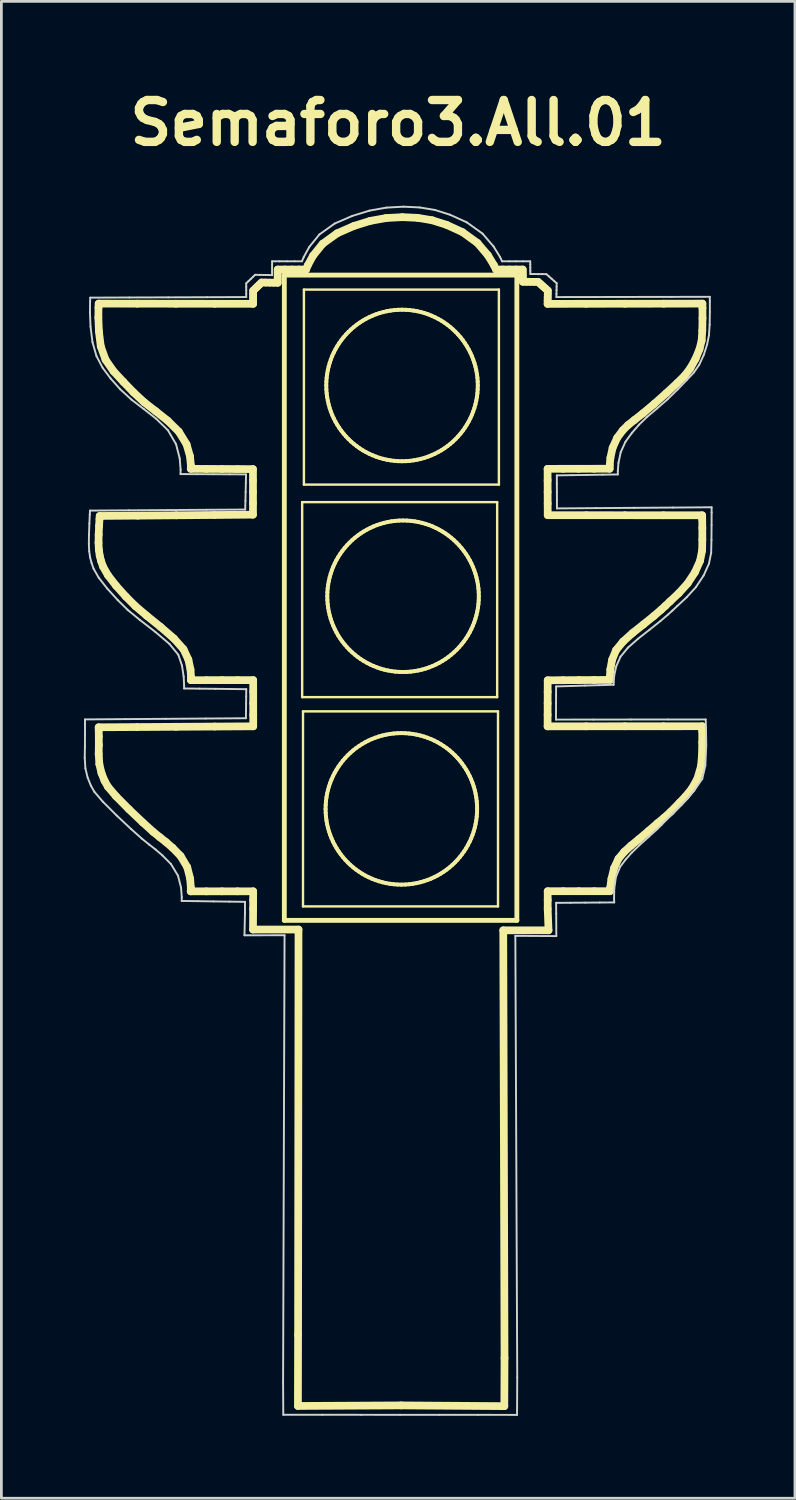
<source format=kicad_pcb>
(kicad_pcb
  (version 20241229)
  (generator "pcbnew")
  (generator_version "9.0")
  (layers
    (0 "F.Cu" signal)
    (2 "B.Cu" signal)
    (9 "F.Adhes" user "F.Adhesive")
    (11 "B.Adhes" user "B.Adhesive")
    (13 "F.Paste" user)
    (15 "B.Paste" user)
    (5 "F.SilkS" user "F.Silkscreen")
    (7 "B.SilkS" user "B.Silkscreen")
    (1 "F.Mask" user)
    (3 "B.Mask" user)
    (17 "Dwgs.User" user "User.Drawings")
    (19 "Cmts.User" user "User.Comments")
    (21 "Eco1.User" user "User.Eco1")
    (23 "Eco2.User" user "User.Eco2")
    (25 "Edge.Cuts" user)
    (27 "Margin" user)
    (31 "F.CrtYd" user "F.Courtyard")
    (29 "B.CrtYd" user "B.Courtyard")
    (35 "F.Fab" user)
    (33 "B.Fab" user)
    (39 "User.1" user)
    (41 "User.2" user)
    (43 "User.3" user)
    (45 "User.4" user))
  (footprint "Semaforo3.All.01"
    (layer "F.Cu")
    (at 11.445 26.469)
    (property "Reference" "Semaforo3.All.01" (at 0 -25.043 0) (layer "F.SilkS") (effects (font (size 1.524 1.524) (thickness 0.305))))
    (attr smd)
    (fp_line (start -10.914 -17.956) (end -10.894 -17.455) (stroke (width 0.281) (type solid)) (layer "F.SilkS"))
    (fp_line (start -10.909 -18.323) (end -10.914 -17.956) (stroke (width 0.281) (type solid)) (layer "F.SilkS"))
    (fp_line (start -10.908 -9.76) (end -10.896 -9.5) (stroke (width 0.281) (type solid)) (layer "F.SilkS"))
    (fp_line (start -10.903 -3.04) (end -10.901 -2.945) (stroke (width 0.281) (type solid)) (layer "F.SilkS"))
    (fp_line (start -10.903 -18.465) (end -10.909 -18.323) (stroke (width 0.281) (type solid)) (layer "F.SilkS"))
    (fp_line (start -10.903 -10.053) (end -10.908 -9.76) (stroke (width 0.281) (type solid)) (layer "F.SilkS"))
    (fp_line (start -10.902 -2.07) (end -10.878 -1.699) (stroke (width 0.281) (type solid)) (layer "F.SilkS"))
    (fp_line (start -10.901 -2.945) (end -10.898 -2.707) (stroke (width 0.281) (type solid)) (layer "F.SilkS"))
    (fp_line (start -10.898 -2.707) (end -10.897 -2.393) (stroke (width 0.281) (type solid)) (layer "F.SilkS"))
    (fp_line (start -10.897 -2.393) (end -10.902 -2.07) (stroke (width 0.281) (type solid)) (layer "F.SilkS"))
    (fp_line (start -10.896 -9.5) (end -10.865 -9.288) (stroke (width 0.281) (type solid)) (layer "F.SilkS"))
    (fp_line (start -10.894 -17.455) (end -10.827 -16.911) (stroke (width 0.281) (type solid)) (layer "F.SilkS"))
    (fp_line (start -10.888 -10.372) (end -10.903 -10.053) (stroke (width 0.281) (type solid)) (layer "F.SilkS"))
    (fp_line (start -10.878 -1.699) (end -10.8 -1.372) (stroke (width 0.281) (type solid)) (layer "F.SilkS"))
    (fp_line (start -10.872 -10.628) (end -10.888 -10.372) (stroke (width 0.281) (type solid)) (layer "F.SilkS"))
    (fp_line (start -10.865 -9.288) (end -10.815 -9.094) (stroke (width 0.281) (type solid)) (layer "F.SilkS"))
    (fp_line (start -10.865 -10.734) (end -10.872 -10.628) (stroke (width 0.281) (type solid)) (layer "F.SilkS"))
    (fp_line (start -10.827 -16.911) (end -10.652 -16.422) (stroke (width 0.281) (type solid)) (layer "F.SilkS"))
    (fp_line (start -10.815 -9.094) (end -10.744 -8.891) (stroke (width 0.281) (type solid)) (layer "F.SilkS"))
    (fp_line (start -10.8 -1.372) (end -10.69 -1.096) (stroke (width 0.281) (type solid)) (layer "F.SilkS"))
    (fp_line (start -10.744 -8.891) (end -10.566 -8.577) (stroke (width 0.281) (type solid)) (layer "F.SilkS"))
    (fp_line (start -10.69 -1.096) (end -10.567 -0.877) (stroke (width 0.281) (type solid)) (layer "F.SilkS"))
    (fp_line (start -10.652 -16.422) (end -10.36 -16.001) (stroke (width 0.281) (type solid)) (layer "F.SilkS"))
    (fp_line (start -10.567 -0.877) (end -10.276 -0.534) (stroke (width 0.281) (type solid)) (layer "F.SilkS"))
    (fp_line (start -10.566 -8.577) (end -10.268 -8.193) (stroke (width 0.281) (type solid)) (layer "F.SilkS"))
    (fp_line (start -10.36 -16.001) (end -10.002 -15.616) (stroke (width 0.281) (type solid)) (layer "F.SilkS"))
    (fp_line (start -10.276 -0.534) (end -9.8 -0.053) (stroke (width 0.281) (type solid)) (layer "F.SilkS"))
    (fp_line (start -10.268 -8.193) (end -9.914 -7.799) (stroke (width 0.281) (type solid)) (layer "F.SilkS"))
    (fp_line (start -10.002 -15.616) (end -9.633 -15.234) (stroke (width 0.281) (type solid)) (layer "F.SilkS"))
    (fp_line (start -9.914 -7.799) (end -9.567 -7.453) (stroke (width 0.281) (type solid)) (layer "F.SilkS"))
    (fp_line (start -9.8 -0.053) (end -9.295 0.427) (stroke (width 0.281) (type solid)) (layer "F.SilkS"))
    (fp_line (start -9.633 -15.234) (end -9.246 -14.873) (stroke (width 0.281) (type solid)) (layer "F.SilkS"))
    (fp_line (start -9.567 -7.453) (end -9.157 -7.104) (stroke (width 0.281) (type solid)) (layer "F.SilkS"))
    (fp_line (start -9.497 -18.463) (end -10.903 -18.465) (stroke (width 0.281) (type solid)) (layer "F.SilkS"))
    (fp_line (start -9.496 -3.048) (end -10.903 -3.04) (stroke (width 0.281) (type solid)) (layer "F.SilkS"))
    (fp_line (start -9.47 -10.745) (end -10.865 -10.734) (stroke (width 0.281) (type solid)) (layer "F.SilkS"))
    (fp_line (start -9.295 0.427) (end -8.917 0.768) (stroke (width 0.281) (type solid)) (layer "F.SilkS"))
    (fp_line (start -9.246 -14.873) (end -8.82 -14.544) (stroke (width 0.281) (type solid)) (layer "F.SilkS"))
    (fp_line (start -9.157 -7.104) (end -8.651 -6.696) (stroke (width 0.281) (type solid)) (layer "F.SilkS"))
    (fp_line (start -8.917 0.768) (end -8.675 0.964) (stroke (width 0.281) (type solid)) (layer "F.SilkS"))
    (fp_line (start -8.82 -14.544) (end -8.388 -14.201) (stroke (width 0.281) (type solid)) (layer "F.SilkS"))
    (fp_line (start -8.675 0.964) (end -8.451 1.14) (stroke (width 0.281) (type solid)) (layer "F.SilkS"))
    (fp_line (start -8.651 -6.696) (end -8.164 -6.273) (stroke (width 0.281) (type solid)) (layer "F.SilkS"))
    (fp_line (start -8.451 1.14) (end -8.211 1.349) (stroke (width 0.281) (type solid)) (layer "F.SilkS"))
    (fp_line (start -8.388 -14.201) (end -7.985 -13.803) (stroke (width 0.281) (type solid)) (layer "F.SilkS"))
    (fp_line (start -8.211 1.349) (end -7.921 1.646) (stroke (width 0.281) (type solid)) (layer "F.SilkS"))
    (fp_line (start -8.164 -6.273) (end -7.815 -5.883) (stroke (width 0.281) (type solid)) (layer "F.SilkS"))
    (fp_line (start -8.09 -18.461) (end -9.497 -18.463) (stroke (width 0.281) (type solid)) (layer "F.SilkS"))
    (fp_line (start -8.089 -3.057) (end -9.496 -3.048) (stroke (width 0.281) (type solid)) (layer "F.SilkS"))
    (fp_line (start -8.075 -10.757) (end -9.47 -10.745) (stroke (width 0.281) (type solid)) (layer "F.SilkS"))
    (fp_line (start -7.985 -13.803) (end -7.703 -13.344) (stroke (width 0.281) (type solid)) (layer "F.SilkS"))
    (fp_line (start -7.921 1.646) (end -7.679 2.05) (stroke (width 0.281) (type solid)) (layer "F.SilkS"))
    (fp_line (start -7.815 -5.883) (end -7.637 -5.505) (stroke (width 0.281) (type solid)) (layer "F.SilkS"))
    (fp_line (start -7.703 -13.344) (end -7.577 -12.906) (stroke (width 0.281) (type solid)) (layer "F.SilkS"))
    (fp_line (start -7.679 2.05) (end -7.572 2.47) (stroke (width 0.281) (type solid)) (layer "F.SilkS"))
    (fp_line (start -7.637 -5.505) (end -7.559 -5.14) (stroke (width 0.281) (type solid)) (layer "F.SilkS"))
    (fp_line (start -7.577 -12.906) (end -7.546 -12.578) (stroke (width 0.281) (type solid)) (layer "F.SilkS"))
    (fp_line (start -7.572 2.47) (end -7.547 2.801) (stroke (width 0.281) (type solid)) (layer "F.SilkS"))
    (fp_line (start -7.559 -5.14) (end -7.541 -4.864) (stroke (width 0.281) (type solid)) (layer "F.SilkS"))
    (fp_line (start -7.551 2.934) (end -6.982 2.934) (stroke (width 0.281) (type solid)) (layer "F.SilkS"))
    (fp_line (start -7.549 -12.449) (end -6.983 -12.446) (stroke (width 0.281) (type solid)) (layer "F.SilkS"))
    (fp_line (start -7.547 2.801) (end -7.551 2.934) (stroke (width 0.281) (type solid)) (layer "F.SilkS"))
    (fp_line (start -7.546 -12.578) (end -7.549 -12.449) (stroke (width 0.281) (type solid)) (layer "F.SilkS"))
    (fp_line (start -7.544 -4.755) (end -6.977 -4.755) (stroke (width 0.281) (type solid)) (layer "F.SilkS"))
    (fp_line (start -7.541 -4.864) (end -7.544 -4.755) (stroke (width 0.281) (type solid)) (layer "F.SilkS"))
    (fp_line (start -6.983 -12.446) (end -6.416 -12.444) (stroke (width 0.281) (type solid)) (layer "F.SilkS"))
    (fp_line (start -6.982 2.934) (end -6.414 2.933) (stroke (width 0.281) (type solid)) (layer "F.SilkS"))
    (fp_line (start -6.977 -4.755) (end -6.411 -4.756) (stroke (width 0.281) (type solid)) (layer "F.SilkS"))
    (fp_line (start -6.684 -18.459) (end -8.09 -18.461) (stroke (width 0.281) (type solid)) (layer "F.SilkS"))
    (fp_line (start -6.682 -3.066) (end -8.089 -3.057) (stroke (width 0.281) (type solid)) (layer "F.SilkS"))
    (fp_line (start -6.679 -10.769) (end -8.075 -10.757) (stroke (width 0.281) (type solid)) (layer "F.SilkS"))
    (fp_line (start -6.416 -12.444) (end -5.85 -12.441) (stroke (width 0.281) (type solid)) (layer "F.SilkS"))
    (fp_line (start -6.414 2.933) (end -5.846 2.933) (stroke (width 0.281) (type solid)) (layer "F.SilkS"))
    (fp_line (start -6.411 -4.756) (end -5.844 -4.756) (stroke (width 0.281) (type solid)) (layer "F.SilkS"))
    (fp_line (start -5.85 -12.441) (end -5.284 -12.439) (stroke (width 0.281) (type solid)) (layer "F.SilkS"))
    (fp_line (start -5.846 2.933) (end -5.277 2.932) (stroke (width 0.281) (type solid)) (layer "F.SilkS"))
    (fp_line (start -5.844 -4.756) (end -5.277 -4.757) (stroke (width 0.281) (type solid)) (layer "F.SilkS"))
    (fp_line (start -5.284 4.324) (end -3.627 4.325) (stroke (width 0.281) (type solid)) (layer "F.SilkS"))
    (fp_line (start -5.284 -12.439) (end -5.284 -12.025) (stroke (width 0.281) (type solid)) (layer "F.SilkS"))
    (fp_line (start -5.284 -12.025) (end -5.284 -11.61) (stroke (width 0.281) (type solid)) (layer "F.SilkS"))
    (fp_line (start -5.284 -11.61) (end -5.284 -11.195) (stroke (width 0.281) (type solid)) (layer "F.SilkS"))
    (fp_line (start -5.284 -11.195) (end -5.284 -10.781) (stroke (width 0.281) (type solid)) (layer "F.SilkS"))
    (fp_line (start -5.284 -10.781) (end -6.679 -10.769) (stroke (width 0.281) (type solid)) (layer "F.SilkS"))
    (fp_line (start -5.279 3.571) (end -5.284 4.324) (stroke (width 0.281) (type solid)) (layer "F.SilkS"))
    (fp_line (start -5.278 3.252) (end -5.279 3.571) (stroke (width 0.281) (type solid)) (layer "F.SilkS"))
    (fp_line (start -5.278 -18.936) (end -5.278 -18.816) (stroke (width 0.281) (type solid)) (layer "F.SilkS"))
    (fp_line (start -5.278 -18.816) (end -5.278 -18.696) (stroke (width 0.281) (type solid)) (layer "F.SilkS"))
    (fp_line (start -5.278 -18.696) (end -5.278 -18.577) (stroke (width 0.281) (type solid)) (layer "F.SilkS"))
    (fp_line (start -5.278 -18.577) (end -5.278 -18.457) (stroke (width 0.281) (type solid)) (layer "F.SilkS"))
    (fp_line (start -5.278 -18.457) (end -6.684 -18.459) (stroke (width 0.281) (type solid)) (layer "F.SilkS"))
    (fp_line (start -5.277 2.932) (end -5.278 3.252) (stroke (width 0.281) (type solid)) (layer "F.SilkS"))
    (fp_line (start -5.277 -4.757) (end -5.276 -4.336) (stroke (width 0.281) (type solid)) (layer "F.SilkS"))
    (fp_line (start -5.276 -4.336) (end -5.276 -3.916) (stroke (width 0.281) (type solid)) (layer "F.SilkS"))
    (fp_line (start -5.276 -3.916) (end -5.275 -3.496) (stroke (width 0.281) (type solid)) (layer "F.SilkS"))
    (fp_line (start -5.275 -3.496) (end -5.275 -3.075) (stroke (width 0.281) (type solid)) (layer "F.SilkS"))
    (fp_line (start -5.275 -3.075) (end -6.682 -3.066) (stroke (width 0.281) (type solid)) (layer "F.SilkS"))
    (fp_line (start -5.201 -19.01) (end -5.278 -18.936) (stroke (width 0.281) (type solid)) (layer "F.SilkS"))
    (fp_line (start -5.125 -19.085) (end -5.201 -19.01) (stroke (width 0.281) (type solid)) (layer "F.SilkS"))
    (fp_line (start -5.048 -19.159) (end -5.125 -19.085) (stroke (width 0.281) (type solid)) (layer "F.SilkS"))
    (fp_line (start -4.971 -19.234) (end -5.048 -19.159) (stroke (width 0.281) (type solid)) (layer "F.SilkS"))
    (fp_line (start -4.825 -19.231) (end -4.971 -19.234) (stroke (width 0.281) (type solid)) (layer "F.SilkS"))
    (fp_line (start -4.678 -19.228) (end -4.825 -19.231) (stroke (width 0.281) (type solid)) (layer "F.SilkS"))
    (fp_line (start -4.531 -19.226) (end -4.678 -19.228) (stroke (width 0.281) (type solid)) (layer "F.SilkS"))
    (fp_line (start -4.384 -19.706) (end -4.384 -19.586) (stroke (width 0.281) (type solid)) (layer "F.SilkS"))
    (fp_line (start -4.384 -19.586) (end -4.384 -19.465) (stroke (width 0.281) (type solid)) (layer "F.SilkS"))
    (fp_line (start -4.384 -19.465) (end -4.384 -19.344) (stroke (width 0.281) (type solid)) (layer "F.SilkS"))
    (fp_line (start -4.384 -19.344) (end -4.384 -19.223) (stroke (width 0.281) (type solid)) (layer "F.SilkS"))
    (fp_line (start -4.384 -19.223) (end -4.531 -19.226) (stroke (width 0.281) (type solid)) (layer "F.SilkS"))
    (fp_line (start -4.143 -19.503) (end 4.323 -19.503) (stroke (width 0.176) (type solid)) (layer "F.SilkS"))
    (fp_line (start -4.143 3.991) (end -4.143 -19.503) (stroke (width 0.176) (type solid)) (layer "F.SilkS"))
    (fp_line (start -4.126 -19.706) (end -4.384 -19.706) (stroke (width 0.281) (type solid)) (layer "F.SilkS"))
    (fp_line (start -3.868 -19.706) (end -4.126 -19.706) (stroke (width 0.281) (type solid)) (layer "F.SilkS"))
    (fp_line (start -3.648 21.67) (end 0.116 21.65) (stroke (width 0.281) (type solid)) (layer "F.SilkS"))
    (fp_line (start -3.642 19.085) (end -3.648 21.67) (stroke (width 0.281) (type solid)) (layer "F.SilkS"))
    (fp_line (start -3.627 4.325) (end -3.642 19.085) (stroke (width 0.281) (type solid)) (layer "F.SilkS"))
    (fp_line (start -3.609 -19.706) (end -3.868 -19.706) (stroke (width 0.281) (type solid)) (layer "F.SilkS"))
    (fp_line (start -3.494 -11.237) (end 3.606 -11.237) (stroke (width 0.088) (type solid)) (layer "F.SilkS"))
    (fp_line (start -3.494 -4.138) (end -3.494 -11.237) (stroke (width 0.088) (type solid)) (layer "F.SilkS"))
    (fp_line (start -3.463 -3.619) (end 3.637 -3.619) (stroke (width 0.088) (type solid)) (layer "F.SilkS"))
    (fp_line (start -3.463 3.481) (end -3.463 -3.619) (stroke (width 0.088) (type solid)) (layer "F.SilkS"))
    (fp_line (start -3.43 -18.976) (end 3.669 -18.976) (stroke (width 0.088) (type solid)) (layer "F.SilkS"))
    (fp_line (start -3.43 -11.876) (end -3.43 -18.976) (stroke (width 0.088) (type solid)) (layer "F.SilkS"))
    (fp_line (start -3.351 -19.706) (end -3.609 -19.706) (stroke (width 0.281) (type solid)) (layer "F.SilkS"))
    (fp_line (start -3.291 -19.854) (end -3.351 -19.706) (stroke (width 0.281) (type solid)) (layer "F.SilkS"))
    (fp_line (start -3.097 -20.21) (end -3.291 -19.854) (stroke (width 0.281) (type solid)) (layer "F.SilkS"))
    (fp_line (start -2.747 -20.644) (end -3.097 -20.21) (stroke (width 0.281) (type solid)) (layer "F.SilkS"))
    (fp_line (start -2.641 -0.069) (end -2.637 -0.211) (stroke (width 0.144) (type solid)) (layer "F.SilkS"))
    (fp_line (start -2.637 -0.211) (end -2.626 -0.351) (stroke (width 0.144) (type solid)) (layer "F.SilkS"))
    (fp_line (start -2.637 0.073) (end -2.641 -0.069) (stroke (width 0.144) (type solid)) (layer "F.SilkS"))
    (fp_line (start -2.626 -0.351) (end -2.609 -0.489) (stroke (width 0.144) (type solid)) (layer "F.SilkS"))
    (fp_line (start -2.626 0.213) (end -2.637 0.073) (stroke (width 0.144) (type solid)) (layer "F.SilkS"))
    (fp_line (start -2.616 -15.484) (end -2.613 -15.626) (stroke (width 0.144) (type solid)) (layer "F.SilkS"))
    (fp_line (start -2.613 -15.626) (end -2.602 -15.766) (stroke (width 0.144) (type solid)) (layer "F.SilkS"))
    (fp_line (start -2.613 -15.342) (end -2.616 -15.484) (stroke (width 0.144) (type solid)) (layer "F.SilkS"))
    (fp_line (start -2.609 -0.489) (end -2.585 -0.625) (stroke (width 0.144) (type solid)) (layer "F.SilkS"))
    (fp_line (start -2.609 0.351) (end -2.626 0.213) (stroke (width 0.144) (type solid)) (layer "F.SilkS"))
    (fp_line (start -2.602 -15.766) (end -2.584 -15.904) (stroke (width 0.144) (type solid)) (layer "F.SilkS"))
    (fp_line (start -2.602 -15.202) (end -2.613 -15.342) (stroke (width 0.144) (type solid)) (layer "F.SilkS"))
    (fp_line (start -2.585 -0.625) (end -2.554 -0.758) (stroke (width 0.144) (type solid)) (layer "F.SilkS"))
    (fp_line (start -2.585 0.487) (end -2.609 0.351) (stroke (width 0.144) (type solid)) (layer "F.SilkS"))
    (fp_line (start -2.584 -15.904) (end -2.56 -16.04) (stroke (width 0.144) (type solid)) (layer "F.SilkS"))
    (fp_line (start -2.584 -15.064) (end -2.602 -15.202) (stroke (width 0.144) (type solid)) (layer "F.SilkS"))
    (fp_line (start -2.579 -7.811) (end -2.575 -7.953) (stroke (width 0.144) (type solid)) (layer "F.SilkS"))
    (fp_line (start -2.575 -7.953) (end -2.565 -8.093) (stroke (width 0.144) (type solid)) (layer "F.SilkS"))
    (fp_line (start -2.575 -7.669) (end -2.579 -7.811) (stroke (width 0.144) (type solid)) (layer "F.SilkS"))
    (fp_line (start -2.565 -8.093) (end -2.547 -8.231) (stroke (width 0.144) (type solid)) (layer "F.SilkS"))
    (fp_line (start -2.565 -7.529) (end -2.575 -7.669) (stroke (width 0.144) (type solid)) (layer "F.SilkS"))
    (fp_line (start -2.56 -16.04) (end -2.529 -16.174) (stroke (width 0.144) (type solid)) (layer "F.SilkS"))
    (fp_line (start -2.56 -14.928) (end -2.584 -15.064) (stroke (width 0.144) (type solid)) (layer "F.SilkS"))
    (fp_line (start -2.554 -0.758) (end -2.517 -0.889) (stroke (width 0.144) (type solid)) (layer "F.SilkS"))
    (fp_line (start -2.554 0.62) (end -2.585 0.487) (stroke (width 0.144) (type solid)) (layer "F.SilkS"))
    (fp_line (start -2.547 -8.231) (end -2.523 -8.367) (stroke (width 0.144) (type solid)) (layer "F.SilkS"))
    (fp_line (start -2.547 -7.391) (end -2.565 -7.529) (stroke (width 0.144) (type solid)) (layer "F.SilkS"))
    (fp_line (start -2.529 -16.174) (end -2.492 -16.305) (stroke (width 0.144) (type solid)) (layer "F.SilkS"))
    (fp_line (start -2.529 -14.795) (end -2.56 -14.928) (stroke (width 0.144) (type solid)) (layer "F.SilkS"))
    (fp_line (start -2.523 -8.367) (end -2.492 -8.5) (stroke (width 0.144) (type solid)) (layer "F.SilkS"))
    (fp_line (start -2.523 -7.255) (end -2.547 -7.391) (stroke (width 0.144) (type solid)) (layer "F.SilkS"))
    (fp_line (start -2.517 -0.889) (end -2.473 -1.017) (stroke (width 0.144) (type solid)) (layer "F.SilkS"))
    (fp_line (start -2.517 0.751) (end -2.554 0.62) (stroke (width 0.144) (type solid)) (layer "F.SilkS"))
    (fp_line (start -2.492 -16.305) (end -2.449 -16.433) (stroke (width 0.144) (type solid)) (layer "F.SilkS"))
    (fp_line (start -2.492 -14.664) (end -2.529 -14.795) (stroke (width 0.144) (type solid)) (layer "F.SilkS"))
    (fp_line (start -2.492 -8.5) (end -2.455 -8.631) (stroke (width 0.144) (type solid)) (layer "F.SilkS"))
    (fp_line (start -2.492 -7.121) (end -2.523 -7.255) (stroke (width 0.144) (type solid)) (layer "F.SilkS"))
    (fp_line (start -2.473 -1.017) (end -2.424 -1.143) (stroke (width 0.144) (type solid)) (layer "F.SilkS"))
    (fp_line (start -2.473 0.879) (end -2.517 0.751) (stroke (width 0.144) (type solid)) (layer "F.SilkS"))
    (fp_line (start -2.455 -8.631) (end -2.412 -8.759) (stroke (width 0.144) (type solid)) (layer "F.SilkS"))
    (fp_line (start -2.455 -6.99) (end -2.492 -7.121) (stroke (width 0.144) (type solid)) (layer "F.SilkS"))
    (fp_line (start -2.449 -16.433) (end -2.4 -16.558) (stroke (width 0.144) (type solid)) (layer "F.SilkS"))
    (fp_line (start -2.449 -14.536) (end -2.492 -14.664) (stroke (width 0.144) (type solid)) (layer "F.SilkS"))
    (fp_line (start -2.424 -1.143) (end -2.369 -1.265) (stroke (width 0.144) (type solid)) (layer "F.SilkS"))
    (fp_line (start -2.424 1.005) (end -2.473 0.879) (stroke (width 0.144) (type solid)) (layer "F.SilkS"))
    (fp_line (start -2.412 -8.759) (end -2.362 -8.884) (stroke (width 0.144) (type solid)) (layer "F.SilkS"))
    (fp_line (start -2.412 -6.862) (end -2.455 -6.99) (stroke (width 0.144) (type solid)) (layer "F.SilkS"))
    (fp_line (start -2.4 -16.558) (end -2.344 -16.68) (stroke (width 0.144) (type solid)) (layer "F.SilkS"))
    (fp_line (start -2.4 -14.411) (end -2.449 -14.536) (stroke (width 0.144) (type solid)) (layer "F.SilkS"))
    (fp_line (start -2.369 -1.265) (end -2.308 -1.384) (stroke (width 0.144) (type solid)) (layer "F.SilkS"))
    (fp_line (start -2.369 1.127) (end -2.424 1.005) (stroke (width 0.144) (type solid)) (layer "F.SilkS"))
    (fp_line (start -2.362 -8.884) (end -2.307 -9.007) (stroke (width 0.144) (type solid)) (layer "F.SilkS"))
    (fp_line (start -2.362 -6.737) (end -2.412 -6.862) (stroke (width 0.144) (type solid)) (layer "F.SilkS"))
    (fp_line (start -2.344 -16.68) (end -2.283 -16.799) (stroke (width 0.144) (type solid)) (layer "F.SilkS"))
    (fp_line (start -2.344 -14.288) (end -2.4 -14.411) (stroke (width 0.144) (type solid)) (layer "F.SilkS"))
    (fp_line (start -2.308 -1.384) (end -2.241 -1.499) (stroke (width 0.144) (type solid)) (layer "F.SilkS"))
    (fp_line (start -2.308 1.246) (end -2.369 1.127) (stroke (width 0.144) (type solid)) (layer "F.SilkS"))
    (fp_line (start -2.307 -9.007) (end -2.246 -9.126) (stroke (width 0.144) (type solid)) (layer "F.SilkS"))
    (fp_line (start -2.307 -6.615) (end -2.362 -6.737) (stroke (width 0.144) (type solid)) (layer "F.SilkS"))
    (fp_line (start -2.283 -16.799) (end -2.217 -16.915) (stroke (width 0.144) (type solid)) (layer "F.SilkS"))
    (fp_line (start -2.283 -14.169) (end -2.344 -14.288) (stroke (width 0.144) (type solid)) (layer "F.SilkS"))
    (fp_line (start -2.246 -9.126) (end -2.18 -9.241) (stroke (width 0.144) (type solid)) (layer "F.SilkS"))
    (fp_line (start -2.246 -6.496) (end -2.307 -6.615) (stroke (width 0.144) (type solid)) (layer "F.SilkS"))
    (fp_line (start -2.241 -1.499) (end -2.17 -1.611) (stroke (width 0.144) (type solid)) (layer "F.SilkS"))
    (fp_line (start -2.241 1.361) (end -2.308 1.246) (stroke (width 0.144) (type solid)) (layer "F.SilkS"))
    (fp_line (start -2.221 -21.024) (end -2.747 -20.644) (stroke (width 0.281) (type solid)) (layer "F.SilkS"))
    (fp_line (start -2.217 -16.915) (end -2.145 -17.027) (stroke (width 0.144) (type solid)) (layer "F.SilkS"))
    (fp_line (start -2.217 -14.054) (end -2.283 -14.169) (stroke (width 0.144) (type solid)) (layer "F.SilkS"))
    (fp_line (start -2.18 -9.241) (end -2.108 -9.353) (stroke (width 0.144) (type solid)) (layer "F.SilkS"))
    (fp_line (start -2.18 -6.38) (end -2.246 -6.496) (stroke (width 0.144) (type solid)) (layer "F.SilkS"))
    (fp_line (start -2.17 -1.611) (end -2.093 -1.719) (stroke (width 0.144) (type solid)) (layer "F.SilkS"))
    (fp_line (start -2.17 1.473) (end -2.241 1.361) (stroke (width 0.144) (type solid)) (layer "F.SilkS"))
    (fp_line (start -2.145 -17.027) (end -2.068 -17.135) (stroke (width 0.144) (type solid)) (layer "F.SilkS"))
    (fp_line (start -2.145 -13.942) (end -2.217 -14.054) (stroke (width 0.144) (type solid)) (layer "F.SilkS"))
    (fp_line (start -2.108 -9.353) (end -2.031 -9.461) (stroke (width 0.144) (type solid)) (layer "F.SilkS"))
    (fp_line (start -2.108 -6.268) (end -2.18 -6.38) (stroke (width 0.144) (type solid)) (layer "F.SilkS"))
    (fp_line (start -2.093 -1.719) (end -2.011 -1.824) (stroke (width 0.144) (type solid)) (layer "F.SilkS"))
    (fp_line (start -2.093 1.581) (end -2.17 1.473) (stroke (width 0.144) (type solid)) (layer "F.SilkS"))
    (fp_line (start -2.068 -17.135) (end -1.986 -17.239) (stroke (width 0.144) (type solid)) (layer "F.SilkS"))
    (fp_line (start -2.068 -13.834) (end -2.145 -13.942) (stroke (width 0.144) (type solid)) (layer "F.SilkS"))
    (fp_line (start -2.031 -9.461) (end -1.949 -9.565) (stroke (width 0.144) (type solid)) (layer "F.SilkS"))
    (fp_line (start -2.031 -6.16) (end -2.108 -6.268) (stroke (width 0.144) (type solid)) (layer "F.SilkS"))
    (fp_line (start -2.011 -1.824) (end -1.924 -1.924) (stroke (width 0.144) (type solid)) (layer "F.SilkS"))
    (fp_line (start -2.011 1.686) (end -2.093 1.581) (stroke (width 0.144) (type solid)) (layer "F.SilkS"))
    (fp_line (start -1.986 -17.239) (end -1.9 -17.339) (stroke (width 0.144) (type solid)) (layer "F.SilkS"))
    (fp_line (start -1.986 -13.73) (end -2.068 -13.834) (stroke (width 0.144) (type solid)) (layer "F.SilkS"))
    (fp_line (start -1.949 -9.565) (end -1.862 -9.666) (stroke (width 0.144) (type solid)) (layer "F.SilkS"))
    (fp_line (start -1.949 -6.056) (end -2.031 -6.16) (stroke (width 0.144) (type solid)) (layer "F.SilkS"))
    (fp_line (start -1.924 -1.924) (end -1.833 -2.02) (stroke (width 0.144) (type solid)) (layer "F.SilkS"))
    (fp_line (start -1.924 1.786) (end -2.011 1.686) (stroke (width 0.144) (type solid)) (layer "F.SilkS"))
    (fp_line (start -1.9 -17.339) (end -1.808 -17.435) (stroke (width 0.144) (type solid)) (layer "F.SilkS"))
    (fp_line (start -1.9 -13.63) (end -1.986 -13.73) (stroke (width 0.144) (type solid)) (layer "F.SilkS"))
    (fp_line (start -1.862 -9.666) (end -1.771 -9.761) (stroke (width 0.144) (type solid)) (layer "F.SilkS"))
    (fp_line (start -1.862 -5.956) (end -1.949 -6.056) (stroke (width 0.144) (type solid)) (layer "F.SilkS"))
    (fp_line (start -1.833 -2.02) (end -1.737 -2.111) (stroke (width 0.144) (type solid)) (layer "F.SilkS"))
    (fp_line (start -1.833 1.882) (end -1.924 1.786) (stroke (width 0.144) (type solid)) (layer "F.SilkS"))
    (fp_line (start -1.808 -17.435) (end -1.713 -17.526) (stroke (width 0.144) (type solid)) (layer "F.SilkS"))
    (fp_line (start -1.808 -13.534) (end -1.9 -13.63) (stroke (width 0.144) (type solid)) (layer "F.SilkS"))
    (fp_line (start -1.771 -9.761) (end -1.675 -9.853) (stroke (width 0.144) (type solid)) (layer "F.SilkS"))
    (fp_line (start -1.771 -5.86) (end -1.862 -5.956) (stroke (width 0.144) (type solid)) (layer "F.SilkS"))
    (fp_line (start -1.737 -2.111) (end -1.637 -2.198) (stroke (width 0.144) (type solid)) (layer "F.SilkS"))
    (fp_line (start -1.737 1.973) (end -1.833 1.882) (stroke (width 0.144) (type solid)) (layer "F.SilkS"))
    (fp_line (start -1.713 -17.526) (end -1.612 -17.613) (stroke (width 0.144) (type solid)) (layer "F.SilkS"))
    (fp_line (start -1.713 -13.442) (end -1.808 -13.534) (stroke (width 0.144) (type solid)) (layer "F.SilkS"))
    (fp_line (start -1.675 -9.853) (end -1.575 -9.939) (stroke (width 0.144) (type solid)) (layer "F.SilkS"))
    (fp_line (start -1.675 -5.769) (end -1.771 -5.86) (stroke (width 0.144) (type solid)) (layer "F.SilkS"))
    (fp_line (start -1.637 -2.198) (end -1.533 -2.28) (stroke (width 0.144) (type solid)) (layer "F.SilkS"))
    (fp_line (start -1.637 2.06) (end -1.737 1.973) (stroke (width 0.144) (type solid)) (layer "F.SilkS"))
    (fp_line (start -1.613 -21.291) (end -2.221 -21.024) (stroke (width 0.281) (type solid)) (layer "F.SilkS"))
    (fp_line (start -1.612 -17.613) (end -1.508 -17.695) (stroke (width 0.144) (type solid)) (layer "F.SilkS"))
    (fp_line (start -1.612 -13.356) (end -1.713 -13.442) (stroke (width 0.144) (type solid)) (layer "F.SilkS"))
    (fp_line (start -1.575 -9.939) (end -1.471 -10.021) (stroke (width 0.144) (type solid)) (layer "F.SilkS"))
    (fp_line (start -1.575 -5.682) (end -1.675 -5.769) (stroke (width 0.144) (type solid)) (layer "F.SilkS"))
    (fp_line (start -1.533 -2.28) (end -1.424 -2.356) (stroke (width 0.144) (type solid)) (layer "F.SilkS"))
    (fp_line (start -1.533 2.142) (end -1.637 2.06) (stroke (width 0.144) (type solid)) (layer "F.SilkS"))
    (fp_line (start -1.508 -17.695) (end -1.4 -17.772) (stroke (width 0.144) (type solid)) (layer "F.SilkS"))
    (fp_line (start -1.508 -13.274) (end -1.612 -13.356) (stroke (width 0.144) (type solid)) (layer "F.SilkS"))
    (fp_line (start -1.471 -10.021) (end -1.363 -10.098) (stroke (width 0.144) (type solid)) (layer "F.SilkS"))
    (fp_line (start -1.471 -5.6) (end -1.575 -5.682) (stroke (width 0.144) (type solid)) (layer "F.SilkS"))
    (fp_line (start -1.424 2.218) (end -1.533 2.142) (stroke (width 0.144) (type solid)) (layer "F.SilkS"))
    (fp_line (start -1.424 -2.356) (end -1.313 -2.428) (stroke (width 0.144) (type solid)) (layer "F.SilkS"))
    (fp_line (start -1.4 -13.197) (end -1.508 -13.274) (stroke (width 0.144) (type solid)) (layer "F.SilkS"))
    (fp_line (start -1.4 -17.772) (end -1.288 -17.844) (stroke (width 0.144) (type solid)) (layer "F.SilkS"))
    (fp_line (start -1.363 -5.523) (end -1.471 -5.6) (stroke (width 0.144) (type solid)) (layer "F.SilkS"))
    (fp_line (start -1.363 -10.098) (end -1.251 -10.17) (stroke (width 0.144) (type solid)) (layer "F.SilkS"))
    (fp_line (start -1.313 -2.428) (end -1.197 -2.495) (stroke (width 0.144) (type solid)) (layer "F.SilkS"))
    (fp_line (start -1.313 2.29) (end -1.424 2.218) (stroke (width 0.144) (type solid)) (layer "F.SilkS"))
    (fp_line (start -1.288 -17.844) (end -1.173 -17.91) (stroke (width 0.144) (type solid)) (layer "F.SilkS"))
    (fp_line (start -1.288 -13.125) (end -1.4 -13.197) (stroke (width 0.144) (type solid)) (layer "F.SilkS"))
    (fp_line (start -1.251 -10.17) (end -1.135 -10.236) (stroke (width 0.144) (type solid)) (layer "F.SilkS"))
    (fp_line (start -1.251 -5.452) (end -1.363 -5.523) (stroke (width 0.144) (type solid)) (layer "F.SilkS"))
    (fp_line (start -1.197 -2.495) (end -1.078 -2.556) (stroke (width 0.144) (type solid)) (layer "F.SilkS"))
    (fp_line (start -1.197 2.357) (end -1.313 2.29) (stroke (width 0.144) (type solid)) (layer "F.SilkS"))
    (fp_line (start -1.173 -17.91) (end -1.054 -17.971) (stroke (width 0.144) (type solid)) (layer "F.SilkS"))
    (fp_line (start -1.173 -13.059) (end -1.288 -13.125) (stroke (width 0.144) (type solid)) (layer "F.SilkS"))
    (fp_line (start -1.135 -10.236) (end -1.016 -10.297) (stroke (width 0.144) (type solid)) (layer "F.SilkS"))
    (fp_line (start -1.135 -5.385) (end -1.251 -5.452) (stroke (width 0.144) (type solid)) (layer "F.SilkS"))
    (fp_line (start -1.078 -2.556) (end -0.956 -2.611) (stroke (width 0.144) (type solid)) (layer "F.SilkS"))
    (fp_line (start -1.078 2.418) (end -1.197 2.357) (stroke (width 0.144) (type solid)) (layer "F.SilkS"))
    (fp_line (start -1.054 -17.971) (end -0.931 -18.026) (stroke (width 0.144) (type solid)) (layer "F.SilkS"))
    (fp_line (start -1.054 -12.998) (end -1.173 -13.059) (stroke (width 0.144) (type solid)) (layer "F.SilkS"))
    (fp_line (start -1.021 -21.475) (end -1.613 -21.291) (stroke (width 0.281) (type solid)) (layer "F.SilkS"))
    (fp_line (start -1.016 -10.297) (end -0.894 -10.353) (stroke (width 0.144) (type solid)) (layer "F.SilkS"))
    (fp_line (start -1.016 -5.324) (end -1.135 -5.385) (stroke (width 0.144) (type solid)) (layer "F.SilkS"))
    (fp_line (start -0.956 -2.611) (end -0.831 -2.66) (stroke (width 0.144) (type solid)) (layer "F.SilkS"))
    (fp_line (start -0.956 2.473) (end -1.078 2.418) (stroke (width 0.144) (type solid)) (layer "F.SilkS"))
    (fp_line (start -0.931 -18.026) (end -0.806 -18.076) (stroke (width 0.144) (type solid)) (layer "F.SilkS"))
    (fp_line (start -0.931 -12.943) (end -1.054 -12.998) (stroke (width 0.144) (type solid)) (layer "F.SilkS"))
    (fp_line (start -0.894 -10.353) (end -0.769 -10.402) (stroke (width 0.144) (type solid)) (layer "F.SilkS"))
    (fp_line (start -0.894 -5.269) (end -1.016 -5.324) (stroke (width 0.144) (type solid)) (layer "F.SilkS"))
    (fp_line (start -0.831 -2.66) (end -0.702 -2.704) (stroke (width 0.144) (type solid)) (layer "F.SilkS"))
    (fp_line (start -0.831 2.522) (end -0.956 2.473) (stroke (width 0.144) (type solid)) (layer "F.SilkS"))
    (fp_line (start -0.806 -18.076) (end -0.678 -18.119) (stroke (width 0.144) (type solid)) (layer "F.SilkS"))
    (fp_line (start -0.806 -12.893) (end -0.931 -12.943) (stroke (width 0.144) (type solid)) (layer "F.SilkS"))
    (fp_line (start -0.769 -10.402) (end -0.641 -10.445) (stroke (width 0.144) (type solid)) (layer "F.SilkS"))
    (fp_line (start -0.769 -5.22) (end -0.894 -5.269) (stroke (width 0.144) (type solid)) (layer "F.SilkS"))
    (fp_line (start -0.702 -2.704) (end -0.572 -2.741) (stroke (width 0.144) (type solid)) (layer "F.SilkS"))
    (fp_line (start -0.702 2.566) (end -0.831 2.522) (stroke (width 0.144) (type solid)) (layer "F.SilkS"))
    (fp_line (start -0.678 -18.119) (end -0.547 -18.156) (stroke (width 0.144) (type solid)) (layer "F.SilkS"))
    (fp_line (start -0.678 -12.85) (end -0.806 -12.893) (stroke (width 0.144) (type solid)) (layer "F.SilkS"))
    (fp_line (start -0.641 -10.445) (end -0.51 -10.482) (stroke (width 0.144) (type solid)) (layer "F.SilkS"))
    (fp_line (start -0.641 -5.176) (end -0.769 -5.22) (stroke (width 0.144) (type solid)) (layer "F.SilkS"))
    (fp_line (start -0.572 -2.741) (end -0.438 -2.771) (stroke (width 0.144) (type solid)) (layer "F.SilkS"))
    (fp_line (start -0.572 2.603) (end -0.702 2.566) (stroke (width 0.144) (type solid)) (layer "F.SilkS"))
    (fp_line (start -0.547 -18.156) (end -0.414 -18.187) (stroke (width 0.144) (type solid)) (layer "F.SilkS"))
    (fp_line (start -0.547 -12.813) (end -0.678 -12.85) (stroke (width 0.144) (type solid)) (layer "F.SilkS"))
    (fp_line (start -0.51 -10.482) (end -0.376 -10.513) (stroke (width 0.144) (type solid)) (layer "F.SilkS"))
    (fp_line (start -0.51 -5.139) (end -0.641 -5.176) (stroke (width 0.144) (type solid)) (layer "F.SilkS"))
    (fp_line (start -0.438 -2.771) (end -0.302 -2.796) (stroke (width 0.144) (type solid)) (layer "F.SilkS"))
    (fp_line (start -0.438 2.634) (end -0.572 2.603) (stroke (width 0.144) (type solid)) (layer "F.SilkS"))
    (fp_line (start -0.435 -21.581) (end -1.021 -21.475) (stroke (width 0.281) (type solid)) (layer "F.SilkS"))
    (fp_line (start -0.414 -18.187) (end -0.278 -18.211) (stroke (width 0.144) (type solid)) (layer "F.SilkS"))
    (fp_line (start -0.414 -12.782) (end -0.547 -12.813) (stroke (width 0.144) (type solid)) (layer "F.SilkS"))
    (fp_line (start -0.376 -10.513) (end -0.241 -10.538) (stroke (width 0.144) (type solid)) (layer "F.SilkS"))
    (fp_line (start -0.376 -5.108) (end -0.51 -5.139) (stroke (width 0.144) (type solid)) (layer "F.SilkS"))
    (fp_line (start -0.302 -2.796) (end -0.164 -2.813) (stroke (width 0.144) (type solid)) (layer "F.SilkS"))
    (fp_line (start -0.302 2.658) (end -0.438 2.634) (stroke (width 0.144) (type solid)) (layer "F.SilkS"))
    (fp_line (start -0.278 -18.211) (end -0.14 -18.229) (stroke (width 0.144) (type solid)) (layer "F.SilkS"))
    (fp_line (start -0.278 -12.758) (end -0.414 -12.782) (stroke (width 0.144) (type solid)) (layer "F.SilkS"))
    (fp_line (start -0.241 -10.538) (end -0.102 -10.555) (stroke (width 0.144) (type solid)) (layer "F.SilkS"))
    (fp_line (start -0.241 -5.084) (end -0.376 -5.108) (stroke (width 0.144) (type solid)) (layer "F.SilkS"))
    (fp_line (start -0.164 -2.813) (end -0.024 -2.824) (stroke (width 0.144) (type solid)) (layer "F.SilkS"))
    (fp_line (start -0.164 2.675) (end -0.302 2.658) (stroke (width 0.144) (type solid)) (layer "F.SilkS"))
    (fp_line (start -0.14 -18.229) (end 0.000309 -18.239) (stroke (width 0.144) (type solid)) (layer "F.SilkS"))
    (fp_line (start -0.14 -12.74) (end -0.278 -12.758) (stroke (width 0.144) (type solid)) (layer "F.SilkS"))
    (fp_line (start -0.102 -10.555) (end 0.038 -10.566) (stroke (width 0.144) (type solid)) (layer "F.SilkS"))
    (fp_line (start -0.102 -5.066) (end -0.241 -5.084) (stroke (width 0.144) (type solid)) (layer "F.SilkS"))
    (fp_line (start -0.024 -2.824) (end 0.118 -2.828) (stroke (width 0.144) (type solid)) (layer "F.SilkS"))
    (fp_line (start -0.024 2.686) (end -0.164 2.675) (stroke (width 0.144) (type solid)) (layer "F.SilkS"))
    (fp_line (start 0.000309 -18.239) (end 0.142 -18.243) (stroke (width 0.144) (type solid)) (layer "F.SilkS"))
    (fp_line (start 0.000309 -12.729) (end -0.14 -12.74) (stroke (width 0.144) (type solid)) (layer "F.SilkS"))
    (fp_line (start 0.038 -10.566) (end 0.18 -10.569) (stroke (width 0.144) (type solid)) (layer "F.SilkS"))
    (fp_line (start 0.038 -5.056) (end -0.102 -5.066) (stroke (width 0.144) (type solid)) (layer "F.SilkS"))
    (fp_line (start 0.116 21.65) (end 3.867 21.677) (stroke (width 0.281) (type solid)) (layer "F.SilkS"))
    (fp_line (start 0.118 -2.828) (end 0.26 -2.824) (stroke (width 0.144) (type solid)) (layer "F.SilkS"))
    (fp_line (start 0.118 2.69) (end -0.024 2.686) (stroke (width 0.144) (type solid)) (layer "F.SilkS"))
    (fp_line (start 0.142 -18.243) (end 0.284 -18.239) (stroke (width 0.144) (type solid)) (layer "F.SilkS"))
    (fp_line (start 0.142 -12.726) (end 0.000309 -12.729) (stroke (width 0.144) (type solid)) (layer "F.SilkS"))
    (fp_line (start 0.157 -21.613) (end -0.435 -21.581) (stroke (width 0.281) (type solid)) (layer "F.SilkS"))
    (fp_line (start 0.18 -10.569) (end 0.322 -10.566) (stroke (width 0.144) (type solid)) (layer "F.SilkS"))
    (fp_line (start 0.18 -5.052) (end 0.038 -5.056) (stroke (width 0.144) (type solid)) (layer "F.SilkS"))
    (fp_line (start 0.26 -2.824) (end 0.4 -2.813) (stroke (width 0.144) (type solid)) (layer "F.SilkS"))
    (fp_line (start 0.26 2.686) (end 0.118 2.69) (stroke (width 0.144) (type solid)) (layer "F.SilkS"))
    (fp_line (start 0.284 -18.239) (end 0.424 -18.229) (stroke (width 0.144) (type solid)) (layer "F.SilkS"))
    (fp_line (start 0.284 -12.729) (end 0.142 -12.726) (stroke (width 0.144) (type solid)) (layer "F.SilkS"))
    (fp_line (start 0.322 -10.566) (end 0.462 -10.555) (stroke (width 0.144) (type solid)) (layer "F.SilkS"))
    (fp_line (start 0.322 -5.056) (end 0.18 -5.052) (stroke (width 0.144) (type solid)) (layer "F.SilkS"))
    (fp_line (start 0.4 -2.813) (end 0.538 -2.796) (stroke (width 0.144) (type solid)) (layer "F.SilkS"))
    (fp_line (start 0.4 2.675) (end 0.26 2.686) (stroke (width 0.144) (type solid)) (layer "F.SilkS"))
    (fp_line (start 0.424 -18.229) (end 0.562 -18.211) (stroke (width 0.144) (type solid)) (layer "F.SilkS"))
    (fp_line (start 0.424 -12.74) (end 0.284 -12.729) (stroke (width 0.144) (type solid)) (layer "F.SilkS"))
    (fp_line (start 0.462 -10.555) (end 0.6 -10.538) (stroke (width 0.144) (type solid)) (layer "F.SilkS"))
    (fp_line (start 0.462 -5.066) (end 0.322 -5.056) (stroke (width 0.144) (type solid)) (layer "F.SilkS"))
    (fp_line (start 0.538 -2.796) (end 0.674 -2.771) (stroke (width 0.144) (type solid)) (layer "F.SilkS"))
    (fp_line (start 0.538 2.658) (end 0.4 2.675) (stroke (width 0.144) (type solid)) (layer "F.SilkS"))
    (fp_line (start 0.562 -18.211) (end 0.698 -18.187) (stroke (width 0.144) (type solid)) (layer "F.SilkS"))
    (fp_line (start 0.562 -12.758) (end 0.424 -12.74) (stroke (width 0.144) (type solid)) (layer "F.SilkS"))
    (fp_line (start 0.6 -10.538) (end 0.735 -10.513) (stroke (width 0.144) (type solid)) (layer "F.SilkS"))
    (fp_line (start 0.6 -5.084) (end 0.462 -5.066) (stroke (width 0.144) (type solid)) (layer "F.SilkS"))
    (fp_line (start 0.674 -2.771) (end 0.807 -2.741) (stroke (width 0.144) (type solid)) (layer "F.SilkS"))
    (fp_line (start 0.674 2.634) (end 0.538 2.658) (stroke (width 0.144) (type solid)) (layer "F.SilkS"))
    (fp_line (start 0.698 -18.187) (end 0.832 -18.156) (stroke (width 0.144) (type solid)) (layer "F.SilkS"))
    (fp_line (start 0.698 -12.782) (end 0.562 -12.758) (stroke (width 0.144) (type solid)) (layer "F.SilkS"))
    (fp_line (start 0.718 -21.587) (end 0.157 -21.613) (stroke (width 0.281) (type solid)) (layer "F.SilkS"))
    (fp_line (start 0.735 -10.513) (end 0.869 -10.482) (stroke (width 0.144) (type solid)) (layer "F.SilkS"))
    (fp_line (start 0.735 -5.108) (end 0.6 -5.084) (stroke (width 0.144) (type solid)) (layer "F.SilkS"))
    (fp_line (start 0.807 -2.741) (end 0.938 -2.704) (stroke (width 0.144) (type solid)) (layer "F.SilkS"))
    (fp_line (start 0.807 2.603) (end 0.674 2.634) (stroke (width 0.144) (type solid)) (layer "F.SilkS"))
    (fp_line (start 0.832 -18.156) (end 0.963 -18.119) (stroke (width 0.144) (type solid)) (layer "F.SilkS"))
    (fp_line (start 0.832 -12.813) (end 0.698 -12.782) (stroke (width 0.144) (type solid)) (layer "F.SilkS"))
    (fp_line (start 0.869 -10.482) (end 1 -10.445) (stroke (width 0.144) (type solid)) (layer "F.SilkS"))
    (fp_line (start 0.869 -5.139) (end 0.735 -5.108) (stroke (width 0.144) (type solid)) (layer "F.SilkS"))
    (fp_line (start 0.938 -2.704) (end 1.066 -2.66) (stroke (width 0.144) (type solid)) (layer "F.SilkS"))
    (fp_line (start 0.938 2.566) (end 0.807 2.603) (stroke (width 0.144) (type solid)) (layer "F.SilkS"))
    (fp_line (start 0.963 -18.119) (end 1.091 -18.076) (stroke (width 0.144) (type solid)) (layer "F.SilkS"))
    (fp_line (start 0.963 -12.85) (end 0.832 -12.813) (stroke (width 0.144) (type solid)) (layer "F.SilkS"))
    (fp_line (start 1 -10.445) (end 1.128 -10.402) (stroke (width 0.144) (type solid)) (layer "F.SilkS"))
    (fp_line (start 1 -5.176) (end 0.869 -5.139) (stroke (width 0.144) (type solid)) (layer "F.SilkS"))
    (fp_line (start 1.066 -2.66) (end 1.192 -2.611) (stroke (width 0.144) (type solid)) (layer "F.SilkS"))
    (fp_line (start 1.066 2.522) (end 0.938 2.566) (stroke (width 0.144) (type solid)) (layer "F.SilkS"))
    (fp_line (start 1.091 -18.076) (end 1.216 -18.026) (stroke (width 0.144) (type solid)) (layer "F.SilkS"))
    (fp_line (start 1.091 -12.893) (end 0.963 -12.85) (stroke (width 0.144) (type solid)) (layer "F.SilkS"))
    (fp_line (start 1.128 -10.402) (end 1.253 -10.353) (stroke (width 0.144) (type solid)) (layer "F.SilkS"))
    (fp_line (start 1.128 -5.22) (end 1 -5.176) (stroke (width 0.144) (type solid)) (layer "F.SilkS"))
    (fp_line (start 1.192 -2.611) (end 1.314 -2.556) (stroke (width 0.144) (type solid)) (layer "F.SilkS"))
    (fp_line (start 1.192 2.473) (end 1.066 2.522) (stroke (width 0.144) (type solid)) (layer "F.SilkS"))
    (fp_line (start 1.216 -18.026) (end 1.338 -17.971) (stroke (width 0.144) (type solid)) (layer "F.SilkS"))
    (fp_line (start 1.216 -12.943) (end 1.091 -12.893) (stroke (width 0.144) (type solid)) (layer "F.SilkS"))
    (fp_line (start 1.236 -21.5) (end 0.718 -21.587) (stroke (width 0.281) (type solid)) (layer "F.SilkS"))
    (fp_line (start 1.253 -10.353) (end 1.375 -10.297) (stroke (width 0.144) (type solid)) (layer "F.SilkS"))
    (fp_line (start 1.253 -5.269) (end 1.128 -5.22) (stroke (width 0.144) (type solid)) (layer "F.SilkS"))
    (fp_line (start 1.314 -2.556) (end 1.433 -2.495) (stroke (width 0.144) (type solid)) (layer "F.SilkS"))
    (fp_line (start 1.314 2.418) (end 1.192 2.473) (stroke (width 0.144) (type solid)) (layer "F.SilkS"))
    (fp_line (start 1.338 -17.971) (end 1.457 -17.91) (stroke (width 0.144) (type solid)) (layer "F.SilkS"))
    (fp_line (start 1.338 -12.998) (end 1.216 -12.943) (stroke (width 0.144) (type solid)) (layer "F.SilkS"))
    (fp_line (start 1.375 -10.297) (end 1.494 -10.236) (stroke (width 0.144) (type solid)) (layer "F.SilkS"))
    (fp_line (start 1.375 -5.324) (end 1.253 -5.269) (stroke (width 0.144) (type solid)) (layer "F.SilkS"))
    (fp_line (start 1.433 -2.495) (end 1.548 -2.428) (stroke (width 0.144) (type solid)) (layer "F.SilkS"))
    (fp_line (start 1.433 2.357) (end 1.314 2.418) (stroke (width 0.144) (type solid)) (layer "F.SilkS"))
    (fp_line (start 1.457 -17.91) (end 1.573 -17.844) (stroke (width 0.144) (type solid)) (layer "F.SilkS"))
    (fp_line (start 1.457 -13.059) (end 1.338 -12.998) (stroke (width 0.144) (type solid)) (layer "F.SilkS"))
    (fp_line (start 1.494 -10.236) (end 1.61 -10.17) (stroke (width 0.144) (type solid)) (layer "F.SilkS"))
    (fp_line (start 1.494 -5.385) (end 1.375 -5.324) (stroke (width 0.144) (type solid)) (layer "F.SilkS"))
    (fp_line (start 1.548 -2.428) (end 1.66 -2.356) (stroke (width 0.144) (type solid)) (layer "F.SilkS"))
    (fp_line (start 1.548 2.29) (end 1.433 2.357) (stroke (width 0.144) (type solid)) (layer "F.SilkS"))
    (fp_line (start 1.573 -17.844) (end 1.685 -17.772) (stroke (width 0.144) (type solid)) (layer "F.SilkS"))
    (fp_line (start 1.573 -13.125) (end 1.457 -13.059) (stroke (width 0.144) (type solid)) (layer "F.SilkS"))
    (fp_line (start 1.61 -10.17) (end 1.722 -10.098) (stroke (width 0.144) (type solid)) (layer "F.SilkS"))
    (fp_line (start 1.61 -5.452) (end 1.494 -5.385) (stroke (width 0.144) (type solid)) (layer "F.SilkS"))
    (fp_line (start 1.66 -2.356) (end 1.768 -2.28) (stroke (width 0.144) (type solid)) (layer "F.SilkS"))
    (fp_line (start 1.66 2.218) (end 1.548 2.29) (stroke (width 0.144) (type solid)) (layer "F.SilkS"))
    (fp_line (start 1.685 -17.772) (end 1.793 -17.695) (stroke (width 0.144) (type solid)) (layer "F.SilkS"))
    (fp_line (start 1.685 -13.197) (end 1.573 -13.125) (stroke (width 0.144) (type solid)) (layer "F.SilkS"))
    (fp_line (start 1.722 -10.098) (end 1.83 -10.021) (stroke (width 0.144) (type solid)) (layer "F.SilkS"))
    (fp_line (start 1.722 -5.523) (end 1.61 -5.452) (stroke (width 0.144) (type solid)) (layer "F.SilkS"))
    (fp_line (start 1.762 -21.334) (end 1.236 -21.5) (stroke (width 0.281) (type solid)) (layer "F.SilkS"))
    (fp_line (start 1.768 -2.28) (end 1.873 -2.198) (stroke (width 0.144) (type solid)) (layer "F.SilkS"))
    (fp_line (start 1.768 2.142) (end 1.66 2.218) (stroke (width 0.144) (type solid)) (layer "F.SilkS"))
    (fp_line (start 1.793 -17.695) (end 1.897 -17.613) (stroke (width 0.144) (type solid)) (layer "F.SilkS"))
    (fp_line (start 1.793 -13.274) (end 1.685 -13.197) (stroke (width 0.144) (type solid)) (layer "F.SilkS"))
    (fp_line (start 1.83 -10.021) (end 1.934 -9.939) (stroke (width 0.144) (type solid)) (layer "F.SilkS"))
    (fp_line (start 1.83 -5.6) (end 1.722 -5.523) (stroke (width 0.144) (type solid)) (layer "F.SilkS"))
    (fp_line (start 1.873 -2.198) (end 1.973 -2.111) (stroke (width 0.144) (type solid)) (layer "F.SilkS"))
    (fp_line (start 1.873 2.06) (end 1.768 2.142) (stroke (width 0.144) (type solid)) (layer "F.SilkS"))
    (fp_line (start 1.897 -17.613) (end 1.997 -17.526) (stroke (width 0.144) (type solid)) (layer "F.SilkS"))
    (fp_line (start 1.897 -13.356) (end 1.793 -13.274) (stroke (width 0.144) (type solid)) (layer "F.SilkS"))
    (fp_line (start 1.934 -9.939) (end 2.034 -9.853) (stroke (width 0.144) (type solid)) (layer "F.SilkS"))
    (fp_line (start 1.934 -5.682) (end 1.83 -5.6) (stroke (width 0.144) (type solid)) (layer "F.SilkS"))
    (fp_line (start 1.973 -2.111) (end 2.068 -2.02) (stroke (width 0.144) (type solid)) (layer "F.SilkS"))
    (fp_line (start 1.973 1.973) (end 1.873 2.06) (stroke (width 0.144) (type solid)) (layer "F.SilkS"))
    (fp_line (start 1.997 -17.526) (end 2.093 -17.435) (stroke (width 0.144) (type solid)) (layer "F.SilkS"))
    (fp_line (start 1.997 -13.442) (end 1.897 -13.356) (stroke (width 0.144) (type solid)) (layer "F.SilkS"))
    (fp_line (start 2.034 -9.853) (end 2.13 -9.761) (stroke (width 0.144) (type solid)) (layer "F.SilkS"))
    (fp_line (start 2.034 -5.769) (end 1.934 -5.682) (stroke (width 0.144) (type solid)) (layer "F.SilkS"))
    (fp_line (start 2.068 -2.02) (end 2.16 -1.924) (stroke (width 0.144) (type solid)) (layer "F.SilkS"))
    (fp_line (start 2.068 1.882) (end 1.973 1.973) (stroke (width 0.144) (type solid)) (layer "F.SilkS"))
    (fp_line (start 2.093 -17.435) (end 2.184 -17.339) (stroke (width 0.144) (type solid)) (layer "F.SilkS"))
    (fp_line (start 2.093 -13.534) (end 1.997 -13.442) (stroke (width 0.144) (type solid)) (layer "F.SilkS"))
    (fp_line (start 2.13 -9.761) (end 2.221 -9.666) (stroke (width 0.144) (type solid)) (layer "F.SilkS"))
    (fp_line (start 2.13 -5.86) (end 2.034 -5.769) (stroke (width 0.144) (type solid)) (layer "F.SilkS"))
    (fp_line (start 2.16 -1.924) (end 2.246 -1.824) (stroke (width 0.144) (type solid)) (layer "F.SilkS"))
    (fp_line (start 2.16 1.786) (end 2.068 1.882) (stroke (width 0.144) (type solid)) (layer "F.SilkS"))
    (fp_line (start 2.184 -17.339) (end 2.271 -17.239) (stroke (width 0.144) (type solid)) (layer "F.SilkS"))
    (fp_line (start 2.184 -13.63) (end 2.093 -13.534) (stroke (width 0.144) (type solid)) (layer "F.SilkS"))
    (fp_line (start 2.221 -9.666) (end 2.308 -9.565) (stroke (width 0.144) (type solid)) (layer "F.SilkS"))
    (fp_line (start 2.221 -5.956) (end 2.13 -5.86) (stroke (width 0.144) (type solid)) (layer "F.SilkS"))
    (fp_line (start 2.246 -1.824) (end 2.328 -1.719) (stroke (width 0.144) (type solid)) (layer "F.SilkS"))
    (fp_line (start 2.246 1.686) (end 2.16 1.786) (stroke (width 0.144) (type solid)) (layer "F.SilkS"))
    (fp_line (start 2.271 -17.239) (end 2.353 -17.135) (stroke (width 0.144) (type solid)) (layer "F.SilkS"))
    (fp_line (start 2.271 -13.73) (end 2.184 -13.63) (stroke (width 0.144) (type solid)) (layer "F.SilkS"))
    (fp_line (start 2.308 -9.565) (end 2.39 -9.461) (stroke (width 0.144) (type solid)) (layer "F.SilkS"))
    (fp_line (start 2.308 -6.056) (end 2.221 -5.956) (stroke (width 0.144) (type solid)) (layer "F.SilkS"))
    (fp_line (start 2.328 -1.719) (end 2.405 -1.611) (stroke (width 0.144) (type solid)) (layer "F.SilkS"))
    (fp_line (start 2.328 1.581) (end 2.246 1.686) (stroke (width 0.144) (type solid)) (layer "F.SilkS"))
    (fp_line (start 2.344 -21.067) (end 1.762 -21.334) (stroke (width 0.281) (type solid)) (layer "F.SilkS"))
    (fp_line (start 2.353 -17.135) (end 2.43 -17.027) (stroke (width 0.144) (type solid)) (layer "F.SilkS"))
    (fp_line (start 2.353 -13.834) (end 2.271 -13.73) (stroke (width 0.144) (type solid)) (layer "F.SilkS"))
    (fp_line (start 2.39 -9.461) (end 2.467 -9.353) (stroke (width 0.144) (type solid)) (layer "F.SilkS"))
    (fp_line (start 2.39 -6.16) (end 2.308 -6.056) (stroke (width 0.144) (type solid)) (layer "F.SilkS"))
    (fp_line (start 2.405 -1.611) (end 2.477 -1.499) (stroke (width 0.144) (type solid)) (layer "F.SilkS"))
    (fp_line (start 2.405 1.473) (end 2.328 1.581) (stroke (width 0.144) (type solid)) (layer "F.SilkS"))
    (fp_line (start 2.43 -17.027) (end 2.501 -16.915) (stroke (width 0.144) (type solid)) (layer "F.SilkS"))
    (fp_line (start 2.43 -13.942) (end 2.353 -13.834) (stroke (width 0.144) (type solid)) (layer "F.SilkS"))
    (fp_line (start 2.467 -9.353) (end 2.539 -9.241) (stroke (width 0.144) (type solid)) (layer "F.SilkS"))
    (fp_line (start 2.467 -6.268) (end 2.39 -6.16) (stroke (width 0.144) (type solid)) (layer "F.SilkS"))
    (fp_line (start 2.477 -1.499) (end 2.543 -1.384) (stroke (width 0.144) (type solid)) (layer "F.SilkS"))
    (fp_line (start 2.477 1.361) (end 2.405 1.473) (stroke (width 0.144) (type solid)) (layer "F.SilkS"))
    (fp_line (start 2.501 -16.915) (end 2.568 -16.799) (stroke (width 0.144) (type solid)) (layer "F.SilkS"))
    (fp_line (start 2.501 -14.054) (end 2.43 -13.942) (stroke (width 0.144) (type solid)) (layer "F.SilkS"))
    (fp_line (start 2.539 -9.241) (end 2.605 -9.126) (stroke (width 0.144) (type solid)) (layer "F.SilkS"))
    (fp_line (start 2.539 -6.38) (end 2.467 -6.268) (stroke (width 0.144) (type solid)) (layer "F.SilkS"))
    (fp_line (start 2.543 -1.384) (end 2.604 -1.265) (stroke (width 0.144) (type solid)) (layer "F.SilkS"))
    (fp_line (start 2.543 1.246) (end 2.477 1.361) (stroke (width 0.144) (type solid)) (layer "F.SilkS"))
    (fp_line (start 2.568 -16.799) (end 2.629 -16.68) (stroke (width 0.144) (type solid)) (layer "F.SilkS"))
    (fp_line (start 2.568 -14.169) (end 2.501 -14.054) (stroke (width 0.144) (type solid)) (layer "F.SilkS"))
    (fp_line (start 2.604 -1.265) (end 2.66 -1.143) (stroke (width 0.144) (type solid)) (layer "F.SilkS"))
    (fp_line (start 2.604 1.127) (end 2.543 1.246) (stroke (width 0.144) (type solid)) (layer "F.SilkS"))
    (fp_line (start 2.605 -9.126) (end 2.666 -9.007) (stroke (width 0.144) (type solid)) (layer "F.SilkS"))
    (fp_line (start 2.605 -6.496) (end 2.539 -6.38) (stroke (width 0.144) (type solid)) (layer "F.SilkS"))
    (fp_line (start 2.629 -16.68) (end 2.684 -16.558) (stroke (width 0.144) (type solid)) (layer "F.SilkS"))
    (fp_line (start 2.629 -14.288) (end 2.568 -14.169) (stroke (width 0.144) (type solid)) (layer "F.SilkS"))
    (fp_line (start 2.66 -1.143) (end 2.709 -1.017) (stroke (width 0.144) (type solid)) (layer "F.SilkS"))
    (fp_line (start 2.66 1.005) (end 2.604 1.127) (stroke (width 0.144) (type solid)) (layer "F.SilkS"))
    (fp_line (start 2.666 -9.007) (end 2.721 -8.884) (stroke (width 0.144) (type solid)) (layer "F.SilkS"))
    (fp_line (start 2.666 -6.615) (end 2.605 -6.496) (stroke (width 0.144) (type solid)) (layer "F.SilkS"))
    (fp_line (start 2.684 -16.558) (end 2.733 -16.433) (stroke (width 0.144) (type solid)) (layer "F.SilkS"))
    (fp_line (start 2.684 -14.411) (end 2.629 -14.288) (stroke (width 0.144) (type solid)) (layer "F.SilkS"))
    (fp_line (start 2.709 -1.017) (end 2.752 -0.889) (stroke (width 0.144) (type solid)) (layer "F.SilkS"))
    (fp_line (start 2.709 0.879) (end 2.66 1.005) (stroke (width 0.144) (type solid)) (layer "F.SilkS"))
    (fp_line (start 2.721 -8.884) (end 2.771 -8.759) (stroke (width 0.144) (type solid)) (layer "F.SilkS"))
    (fp_line (start 2.721 -6.737) (end 2.666 -6.615) (stroke (width 0.144) (type solid)) (layer "F.SilkS"))
    (fp_line (start 2.733 -16.433) (end 2.777 -16.305) (stroke (width 0.144) (type solid)) (layer "F.SilkS"))
    (fp_line (start 2.733 -14.536) (end 2.684 -14.411) (stroke (width 0.144) (type solid)) (layer "F.SilkS"))
    (fp_line (start 2.752 -0.889) (end 2.79 -0.758) (stroke (width 0.144) (type solid)) (layer "F.SilkS"))
    (fp_line (start 2.752 0.751) (end 2.709 0.879) (stroke (width 0.144) (type solid)) (layer "F.SilkS"))
    (fp_line (start 2.771 -8.759) (end 2.814 -8.631) (stroke (width 0.144) (type solid)) (layer "F.SilkS"))
    (fp_line (start 2.771 -6.862) (end 2.721 -6.737) (stroke (width 0.144) (type solid)) (layer "F.SilkS"))
    (fp_line (start 2.777 -16.305) (end 2.814 -16.174) (stroke (width 0.144) (type solid)) (layer "F.SilkS"))
    (fp_line (start 2.777 -14.664) (end 2.733 -14.536) (stroke (width 0.144) (type solid)) (layer "F.SilkS"))
    (fp_line (start 2.79 -0.758) (end 2.82 -0.625) (stroke (width 0.144) (type solid)) (layer "F.SilkS"))
    (fp_line (start 2.79 0.62) (end 2.752 0.751) (stroke (width 0.144) (type solid)) (layer "F.SilkS"))
    (fp_line (start 2.814 -16.174) (end 2.845 -16.04) (stroke (width 0.144) (type solid)) (layer "F.SilkS"))
    (fp_line (start 2.814 -14.795) (end 2.777 -14.664) (stroke (width 0.144) (type solid)) (layer "F.SilkS"))
    (fp_line (start 2.814 -8.631) (end 2.851 -8.5) (stroke (width 0.144) (type solid)) (layer "F.SilkS"))
    (fp_line (start 2.814 -6.99) (end 2.771 -6.862) (stroke (width 0.144) (type solid)) (layer "F.SilkS"))
    (fp_line (start 2.82 -0.625) (end 2.845 -0.489) (stroke (width 0.144) (type solid)) (layer "F.SilkS"))
    (fp_line (start 2.82 0.487) (end 2.79 0.62) (stroke (width 0.144) (type solid)) (layer "F.SilkS"))
    (fp_line (start 2.845 -0.489) (end 2.862 -0.351) (stroke (width 0.144) (type solid)) (layer "F.SilkS"))
    (fp_line (start 2.845 0.351) (end 2.82 0.487) (stroke (width 0.144) (type solid)) (layer "F.SilkS"))
    (fp_line (start 2.845 -16.04) (end 2.869 -15.904) (stroke (width 0.144) (type solid)) (layer "F.SilkS"))
    (fp_line (start 2.845 -14.928) (end 2.814 -14.795) (stroke (width 0.144) (type solid)) (layer "F.SilkS"))
    (fp_line (start 2.851 -8.5) (end 2.882 -8.367) (stroke (width 0.144) (type solid)) (layer "F.SilkS"))
    (fp_line (start 2.851 -7.121) (end 2.814 -6.99) (stroke (width 0.144) (type solid)) (layer "F.SilkS"))
    (fp_line (start 2.862 -0.351) (end 2.873 -0.211) (stroke (width 0.144) (type solid)) (layer "F.SilkS"))
    (fp_line (start 2.862 0.213) (end 2.845 0.351) (stroke (width 0.144) (type solid)) (layer "F.SilkS"))
    (fp_line (start 2.869 -15.904) (end 2.887 -15.766) (stroke (width 0.144) (type solid)) (layer "F.SilkS"))
    (fp_line (start 2.869 -15.064) (end 2.845 -14.928) (stroke (width 0.144) (type solid)) (layer "F.SilkS"))
    (fp_line (start 2.873 -0.211) (end 2.876 -0.069) (stroke (width 0.144) (type solid)) (layer "F.SilkS"))
    (fp_line (start 2.873 0.073) (end 2.862 0.213) (stroke (width 0.144) (type solid)) (layer "F.SilkS"))
    (fp_line (start 2.876 -0.069) (end 2.873 0.073) (stroke (width 0.144) (type solid)) (layer "F.SilkS"))
    (fp_line (start 2.882 -8.367) (end 2.906 -8.231) (stroke (width 0.144) (type solid)) (layer "F.SilkS"))
    (fp_line (start 2.882 -7.255) (end 2.851 -7.121) (stroke (width 0.144) (type solid)) (layer "F.SilkS"))
    (fp_line (start 2.887 -15.766) (end 2.897 -15.626) (stroke (width 0.144) (type solid)) (layer "F.SilkS"))
    (fp_line (start 2.887 -15.202) (end 2.869 -15.064) (stroke (width 0.144) (type solid)) (layer "F.SilkS"))
    (fp_line (start 2.888 -20.673) (end 2.344 -21.067) (stroke (width 0.281) (type solid)) (layer "F.SilkS"))
    (fp_line (start 2.897 -15.626) (end 2.901 -15.484) (stroke (width 0.144) (type solid)) (layer "F.SilkS"))
    (fp_line (start 2.897 -15.342) (end 2.887 -15.202) (stroke (width 0.144) (type solid)) (layer "F.SilkS"))
    (fp_line (start 2.901 -15.484) (end 2.897 -15.342) (stroke (width 0.144) (type solid)) (layer "F.SilkS"))
    (fp_line (start 2.906 -8.231) (end 2.924 -8.093) (stroke (width 0.144) (type solid)) (layer "F.SilkS"))
    (fp_line (start 2.906 -7.391) (end 2.882 -7.255) (stroke (width 0.144) (type solid)) (layer "F.SilkS"))
    (fp_line (start 2.924 -8.093) (end 2.935 -7.953) (stroke (width 0.144) (type solid)) (layer "F.SilkS"))
    (fp_line (start 2.924 -7.529) (end 2.906 -7.391) (stroke (width 0.144) (type solid)) (layer "F.SilkS"))
    (fp_line (start 2.935 -7.953) (end 2.938 -7.811) (stroke (width 0.144) (type solid)) (layer "F.SilkS"))
    (fp_line (start 2.935 -7.669) (end 2.924 -7.529) (stroke (width 0.144) (type solid)) (layer "F.SilkS"))
    (fp_line (start 2.938 -7.811) (end 2.935 -7.669) (stroke (width 0.144) (type solid)) (layer "F.SilkS"))
    (fp_line (start 3.269 -20.225) (end 2.888 -20.673) (stroke (width 0.281) (type solid)) (layer "F.SilkS"))
    (fp_line (start 3.492 -19.858) (end 3.269 -20.225) (stroke (width 0.281) (type solid)) (layer "F.SilkS"))
    (fp_line (start 3.565 -19.706) (end 3.492 -19.858) (stroke (width 0.281) (type solid)) (layer "F.SilkS"))
    (fp_line (start 3.606 -11.237) (end 3.606 -4.138) (stroke (width 0.088) (type solid)) (layer "F.SilkS"))
    (fp_line (start 3.606 -4.138) (end -3.494 -4.138) (stroke (width 0.088) (type solid)) (layer "F.SilkS"))
    (fp_line (start 3.637 -3.619) (end 3.637 3.481) (stroke (width 0.088) (type solid)) (layer "F.SilkS"))
    (fp_line (start 3.637 3.481) (end -3.463 3.481) (stroke (width 0.088) (type solid)) (layer "F.SilkS"))
    (fp_line (start 3.669 -18.976) (end 3.669 -11.876) (stroke (width 0.088) (type solid)) (layer "F.SilkS"))
    (fp_line (start 3.669 -11.876) (end -3.43 -11.876) (stroke (width 0.088) (type solid)) (layer "F.SilkS"))
    (fp_line (start 3.808 -19.706) (end 3.565 -19.706) (stroke (width 0.281) (type solid)) (layer "F.SilkS"))
    (fp_line (start 3.828 4.353) (end 5.476 4.352) (stroke (width 0.281) (type solid)) (layer "F.SilkS"))
    (fp_line (start 3.867 21.677) (end 3.874 19.927) (stroke (width 0.281) (type solid)) (layer "F.SilkS"))
    (fp_line (start 3.874 19.927) (end 3.828 4.353) (stroke (width 0.281) (type solid)) (layer "F.SilkS"))
    (fp_line (start 4.051 -19.706) (end 3.808 -19.706) (stroke (width 0.281) (type solid)) (layer "F.SilkS"))
    (fp_line (start 4.294 -19.706) (end 4.051 -19.706) (stroke (width 0.281) (type solid)) (layer "F.SilkS"))
    (fp_line (start 4.323 -19.503) (end 4.323 3.991) (stroke (width 0.176) (type solid)) (layer "F.SilkS"))
    (fp_line (start 4.323 3.991) (end -4.143 3.991) (stroke (width 0.176) (type solid)) (layer "F.SilkS"))
    (fp_line (start 4.537 -19.706) (end 4.294 -19.706) (stroke (width 0.281) (type solid)) (layer "F.SilkS"))
    (fp_line (start 4.538 -19.594) (end 4.537 -19.706) (stroke (width 0.281) (type solid)) (layer "F.SilkS"))
    (fp_line (start 4.539 -19.483) (end 4.538 -19.594) (stroke (width 0.281) (type solid)) (layer "F.SilkS"))
    (fp_line (start 4.54 -19.371) (end 4.539 -19.483) (stroke (width 0.281) (type solid)) (layer "F.SilkS"))
    (fp_line (start 4.542 -19.26) (end 4.54 -19.371) (stroke (width 0.281) (type solid)) (layer "F.SilkS"))
    (fp_line (start 4.68 -19.259) (end 4.542 -19.26) (stroke (width 0.281) (type solid)) (layer "F.SilkS"))
    (fp_line (start 4.819 -19.258) (end 4.68 -19.259) (stroke (width 0.281) (type solid)) (layer "F.SilkS"))
    (fp_line (start 4.957 -19.257) (end 4.819 -19.258) (stroke (width 0.281) (type solid)) (layer "F.SilkS"))
    (fp_line (start 5.096 -19.256) (end 4.957 -19.257) (stroke (width 0.281) (type solid)) (layer "F.SilkS"))
    (fp_line (start 5.185 -19.176) (end 5.096 -19.256) (stroke (width 0.281) (type solid)) (layer "F.SilkS"))
    (fp_line (start 5.273 -19.097) (end 5.185 -19.176) (stroke (width 0.281) (type solid)) (layer "F.SilkS"))
    (fp_line (start 5.362 -19.018) (end 5.273 -19.097) (stroke (width 0.281) (type solid)) (layer "F.SilkS"))
    (fp_line (start 5.442 -3.074) (end 5.443 -3.493) (stroke (width 0.281) (type solid)) (layer "F.SilkS"))
    (fp_line (start 5.442 -18.455) (end 5.444 -18.576) (stroke (width 0.281) (type solid)) (layer "F.SilkS"))
    (fp_line (start 5.442 -12.449) (end 6.007 -12.45) (stroke (width 0.281) (type solid)) (layer "F.SilkS"))
    (fp_line (start 5.443 -3.493) (end 5.444 -3.912) (stroke (width 0.281) (type solid)) (layer "F.SilkS"))
    (fp_line (start 5.443 -12.027) (end 5.442 -12.449) (stroke (width 0.281) (type solid)) (layer "F.SilkS"))
    (fp_line (start 5.444 -3.912) (end 5.445 -4.331) (stroke (width 0.281) (type solid)) (layer "F.SilkS"))
    (fp_line (start 5.444 -18.576) (end 5.446 -18.697) (stroke (width 0.281) (type solid)) (layer "F.SilkS"))
    (fp_line (start 5.444 -11.605) (end 5.443 -12.027) (stroke (width 0.281) (type solid)) (layer "F.SilkS"))
    (fp_line (start 5.445 -4.331) (end 5.446 -4.751) (stroke (width 0.281) (type solid)) (layer "F.SilkS"))
    (fp_line (start 5.445 -11.184) (end 5.444 -11.605) (stroke (width 0.281) (type solid)) (layer "F.SilkS"))
    (fp_line (start 5.446 2.929) (end 6.012 2.929) (stroke (width 0.281) (type solid)) (layer "F.SilkS"))
    (fp_line (start 5.446 3.25) (end 5.446 2.929) (stroke (width 0.281) (type solid)) (layer "F.SilkS"))
    (fp_line (start 5.446 3.571) (end 5.446 3.25) (stroke (width 0.281) (type solid)) (layer "F.SilkS"))
    (fp_line (start 5.446 -4.751) (end 6.012 -4.754) (stroke (width 0.281) (type solid)) (layer "F.SilkS"))
    (fp_line (start 5.446 -18.697) (end 5.449 -18.818) (stroke (width 0.281) (type solid)) (layer "F.SilkS"))
    (fp_line (start 5.447 -10.762) (end 5.445 -11.184) (stroke (width 0.281) (type solid)) (layer "F.SilkS"))
    (fp_line (start 5.449 -18.818) (end 5.451 -18.938) (stroke (width 0.281) (type solid)) (layer "F.SilkS"))
    (fp_line (start 5.451 -18.938) (end 5.362 -19.018) (stroke (width 0.281) (type solid)) (layer "F.SilkS"))
    (fp_line (start 5.476 4.352) (end 5.446 3.571) (stroke (width 0.281) (type solid)) (layer "F.SilkS"))
    (fp_line (start 6.007 -12.45) (end 6.572 -12.451) (stroke (width 0.281) (type solid)) (layer "F.SilkS"))
    (fp_line (start 6.012 2.929) (end 6.578 2.929) (stroke (width 0.281) (type solid)) (layer "F.SilkS"))
    (fp_line (start 6.012 -4.754) (end 6.579 -4.758) (stroke (width 0.281) (type solid)) (layer "F.SilkS"))
    (fp_line (start 6.572 -12.451) (end 7.137 -12.452) (stroke (width 0.281) (type solid)) (layer "F.SilkS"))
    (fp_line (start 6.578 2.929) (end 7.145 2.929) (stroke (width 0.281) (type solid)) (layer "F.SilkS"))
    (fp_line (start 6.579 -4.758) (end 7.145 -4.761) (stroke (width 0.281) (type solid)) (layer "F.SilkS"))
    (fp_line (start 6.849 -3.075) (end 5.442 -3.074) (stroke (width 0.281) (type solid)) (layer "F.SilkS"))
    (fp_line (start 6.851 -18.458) (end 5.442 -18.455) (stroke (width 0.281) (type solid)) (layer "F.SilkS"))
    (fp_line (start 6.852 -10.761) (end 5.447 -10.762) (stroke (width 0.281) (type solid)) (layer "F.SilkS"))
    (fp_line (start 7.137 -12.452) (end 7.702 -12.453) (stroke (width 0.281) (type solid)) (layer "F.SilkS"))
    (fp_line (start 7.145 2.929) (end 7.711 2.929) (stroke (width 0.281) (type solid)) (layer "F.SilkS"))
    (fp_line (start 7.145 -4.761) (end 7.711 -4.765) (stroke (width 0.281) (type solid)) (layer "F.SilkS"))
    (fp_line (start 7.702 -12.453) (end 7.703 -12.567) (stroke (width 0.281) (type solid)) (layer "F.SilkS"))
    (fp_line (start 7.703 -12.567) (end 7.729 -12.85) (stroke (width 0.281) (type solid)) (layer "F.SilkS"))
    (fp_line (start 7.71 -4.874) (end 7.726 -5.146) (stroke (width 0.281) (type solid)) (layer "F.SilkS"))
    (fp_line (start 7.711 2.929) (end 7.722 2.798) (stroke (width 0.281) (type solid)) (layer "F.SilkS"))
    (fp_line (start 7.711 -4.765) (end 7.71 -4.874) (stroke (width 0.281) (type solid)) (layer "F.SilkS"))
    (fp_line (start 7.722 2.798) (end 7.767 2.48) (stroke (width 0.281) (type solid)) (layer "F.SilkS"))
    (fp_line (start 7.726 -5.146) (end 7.791 -5.498) (stroke (width 0.281) (type solid)) (layer "F.SilkS"))
    (fp_line (start 7.729 -12.85) (end 7.81 -13.217) (stroke (width 0.281) (type solid)) (layer "F.SilkS"))
    (fp_line (start 7.767 2.48) (end 7.862 2.091) (stroke (width 0.281) (type solid)) (layer "F.SilkS"))
    (fp_line (start 7.791 -5.498) (end 7.933 -5.845) (stroke (width 0.281) (type solid)) (layer "F.SilkS"))
    (fp_line (start 7.81 -13.217) (end 7.976 -13.58) (stroke (width 0.281) (type solid)) (layer "F.SilkS"))
    (fp_line (start 7.862 2.091) (end 8.023 1.745) (stroke (width 0.281) (type solid)) (layer "F.SilkS"))
    (fp_line (start 7.933 -5.845) (end 8.19 -6.161) (stroke (width 0.281) (type solid)) (layer "F.SilkS"))
    (fp_line (start 7.976 -13.58) (end 8.178 -13.851) (stroke (width 0.281) (type solid)) (layer "F.SilkS"))
    (fp_line (start 8.023 1.745) (end 8.235 1.491) (stroke (width 0.281) (type solid)) (layer "F.SilkS"))
    (fp_line (start 8.178 -13.851) (end 8.371 -14.043) (stroke (width 0.281) (type solid)) (layer "F.SilkS"))
    (fp_line (start 8.19 -6.161) (end 8.541 -6.476) (stroke (width 0.281) (type solid)) (layer "F.SilkS"))
    (fp_line (start 8.235 1.491) (end 8.478 1.27) (stroke (width 0.281) (type solid)) (layer "F.SilkS"))
    (fp_line (start 8.256 -3.076) (end 6.849 -3.075) (stroke (width 0.281) (type solid)) (layer "F.SilkS"))
    (fp_line (start 8.258 -10.76) (end 6.852 -10.761) (stroke (width 0.281) (type solid)) (layer "F.SilkS"))
    (fp_line (start 8.26 -18.46) (end 6.851 -18.458) (stroke (width 0.281) (type solid)) (layer "F.SilkS"))
    (fp_line (start 8.371 -14.043) (end 8.602 -14.226) (stroke (width 0.281) (type solid)) (layer "F.SilkS"))
    (fp_line (start 8.478 1.27) (end 8.768 1.033) (stroke (width 0.281) (type solid)) (layer "F.SilkS"))
    (fp_line (start 8.541 -6.476) (end 8.934 -6.787) (stroke (width 0.281) (type solid)) (layer "F.SilkS"))
    (fp_line (start 8.602 -14.226) (end 8.914 -14.471) (stroke (width 0.281) (type solid)) (layer "F.SilkS"))
    (fp_line (start 8.768 1.033) (end 9.123 0.731) (stroke (width 0.281) (type solid)) (layer "F.SilkS"))
    (fp_line (start 8.914 -14.471) (end 9.323 -14.814) (stroke (width 0.281) (type solid)) (layer "F.SilkS"))
    (fp_line (start 8.934 -6.787) (end 9.317 -7.096) (stroke (width 0.281) (type solid)) (layer "F.SilkS"))
    (fp_line (start 9.123 0.731) (end 9.446 0.451) (stroke (width 0.281) (type solid)) (layer "F.SilkS"))
    (fp_line (start 9.317 -7.096) (end 9.578 -7.321) (stroke (width 0.281) (type solid)) (layer "F.SilkS"))
    (fp_line (start 9.323 -14.814) (end 9.762 -15.203) (stroke (width 0.281) (type solid)) (layer "F.SilkS"))
    (fp_line (start 9.446 0.451) (end 9.689 0.249) (stroke (width 0.281) (type solid)) (layer "F.SilkS"))
    (fp_line (start 9.578 -7.321) (end 9.729 -7.459) (stroke (width 0.281) (type solid)) (layer "F.SilkS"))
    (fp_line (start 9.663 -3.077) (end 8.256 -3.076) (stroke (width 0.281) (type solid)) (layer "F.SilkS"))
    (fp_line (start 9.664 -10.759) (end 8.258 -10.76) (stroke (width 0.281) (type solid)) (layer "F.SilkS"))
    (fp_line (start 9.67 -18.462) (end 8.26 -18.46) (stroke (width 0.281) (type solid)) (layer "F.SilkS"))
    (fp_line (start 9.689 0.249) (end 9.928 0.033) (stroke (width 0.281) (type solid)) (layer "F.SilkS"))
    (fp_line (start 9.729 -7.459) (end 9.9 -7.622) (stroke (width 0.281) (type solid)) (layer "F.SilkS"))
    (fp_line (start 9.762 -15.203) (end 10.159 -15.571) (stroke (width 0.281) (type solid)) (layer "F.SilkS"))
    (fp_line (start 9.9 -7.622) (end 10.222 -7.925) (stroke (width 0.281) (type solid)) (layer "F.SilkS"))
    (fp_line (start 9.928 0.033) (end 10.245 -0.292) (stroke (width 0.281) (type solid)) (layer "F.SilkS"))
    (fp_line (start 10.159 -15.571) (end 10.44 -15.85) (stroke (width 0.281) (type solid)) (layer "F.SilkS"))
    (fp_line (start 10.222 -7.925) (end 10.541 -8.278) (stroke (width 0.281) (type solid)) (layer "F.SilkS"))
    (fp_line (start 10.245 -0.292) (end 10.455 -0.513) (stroke (width 0.281) (type solid)) (layer "F.SilkS"))
    (fp_line (start 10.44 -15.85) (end 10.64 -16.115) (stroke (width 0.281) (type solid)) (layer "F.SilkS"))
    (fp_line (start 10.455 -0.513) (end 10.686 -0.794) (stroke (width 0.281) (type solid)) (layer "F.SilkS"))
    (fp_line (start 10.541 -8.278) (end 10.807 -8.683) (stroke (width 0.281) (type solid)) (layer "F.SilkS"))
    (fp_line (start 10.64 -16.115) (end 10.827 -16.451) (stroke (width 0.281) (type solid)) (layer "F.SilkS"))
    (fp_line (start 10.686 -0.794) (end 10.892 -1.157) (stroke (width 0.281) (type solid)) (layer "F.SilkS"))
    (fp_line (start 10.807 -8.683) (end 10.992 -9.097) (stroke (width 0.281) (type solid)) (layer "F.SilkS"))
    (fp_line (start 10.827 -16.451) (end 10.973 -16.804) (stroke (width 0.281) (type solid)) (layer "F.SilkS"))
    (fp_line (start 10.892 -1.157) (end 11.029 -1.624) (stroke (width 0.281) (type solid)) (layer "F.SilkS"))
    (fp_line (start 10.973 -16.804) (end 11.051 -17.119) (stroke (width 0.281) (type solid)) (layer "F.SilkS"))
    (fp_line (start 10.992 -9.097) (end 11.069 -9.478) (stroke (width 0.281) (type solid)) (layer "F.SilkS"))
    (fp_line (start 11.029 -1.624) (end 11.062 -2.012) (stroke (width 0.281) (type solid)) (layer "F.SilkS"))
    (fp_line (start 11.051 -17.119) (end 11.075 -17.486) (stroke (width 0.281) (type solid)) (layer "F.SilkS"))
    (fp_line (start 11.062 -2.012) (end 11.073 -2.494) (stroke (width 0.281) (type solid)) (layer "F.SilkS"))
    (fp_line (start 11.069 -9.478) (end 11.076 -9.875) (stroke (width 0.281) (type solid)) (layer "F.SilkS"))
    (fp_line (start 11.07 -3.078) (end 9.663 -3.077) (stroke (width 0.281) (type solid)) (layer "F.SilkS"))
    (fp_line (start 11.07 -10.758) (end 9.664 -10.759) (stroke (width 0.281) (type solid)) (layer "F.SilkS"))
    (fp_line (start 11.072 -10.623) (end 11.07 -10.758) (stroke (width 0.281) (type solid)) (layer "F.SilkS"))
    (fp_line (start 11.072 -2.904) (end 11.07 -3.078) (stroke (width 0.281) (type solid)) (layer "F.SilkS"))
    (fp_line (start 11.073 -2.494) (end 11.072 -2.904) (stroke (width 0.281) (type solid)) (layer "F.SilkS"))
    (fp_line (start 11.075 -17.486) (end 11.082 -17.931) (stroke (width 0.281) (type solid)) (layer "F.SilkS"))
    (fp_line (start 11.076 -10.293) (end 11.072 -10.623) (stroke (width 0.281) (type solid)) (layer "F.SilkS"))
    (fp_line (start 11.076 -9.875) (end 11.076 -10.293) (stroke (width 0.281) (type solid)) (layer "F.SilkS"))
    (fp_line (start 11.079 -18.465) (end 9.67 -18.462) (stroke (width 0.281) (type solid)) (layer "F.SilkS"))
    (fp_line (start 11.081 -18.307) (end 11.079 -18.465) (stroke (width 0.281) (type solid)) (layer "F.SilkS"))
    (fp_line (start 11.082 -17.931) (end 11.081 -18.307) (stroke (width 0.281) (type solid)) (layer "F.SilkS"))
    (fp_line (start -11.41 -1.932) (end -11.386 -1.546) (stroke (width 0.07) (type solid)) (layer "Edge.Cuts"))
    (fp_line (start -11.403 -2.329) (end -11.41 -1.932) (stroke (width 0.07) (type solid)) (layer "Edge.Cuts"))
    (fp_line (start -11.4 -2.788) (end -11.403 -2.329) (stroke (width 0.07) (type solid)) (layer "Edge.Cuts"))
    (fp_line (start -11.4 -3.326) (end -11.4 -3.168) (stroke (width 0.07) (type solid)) (layer "Edge.Cuts"))
    (fp_line (start -11.4 -3.168) (end -11.4 -2.788) (stroke (width 0.07) (type solid)) (layer "Edge.Cuts"))
    (fp_line (start -11.386 -1.546) (end -11.304 -1.205) (stroke (width 0.07) (type solid)) (layer "Edge.Cuts"))
    (fp_line (start -11.304 -1.205) (end -11.187 -0.917) (stroke (width 0.07) (type solid)) (layer "Edge.Cuts"))
    (fp_line (start -11.26 -9.718) (end -11.247 -9.447) (stroke (width 0.07) (type solid)) (layer "Edge.Cuts"))
    (fp_line (start -11.255 -10.054) (end -11.26 -9.718) (stroke (width 0.07) (type solid)) (layer "Edge.Cuts"))
    (fp_line (start -11.247 -9.447) (end -11.215 -9.226) (stroke (width 0.07) (type solid)) (layer "Edge.Cuts"))
    (fp_line (start -11.241 -10.454) (end -11.255 -10.054) (stroke (width 0.07) (type solid)) (layer "Edge.Cuts"))
    (fp_line (start -11.226 -10.789) (end -11.241 -10.454) (stroke (width 0.07) (type solid)) (layer "Edge.Cuts"))
    (fp_line (start -11.22 -18.151) (end -11.199 -17.629) (stroke (width 0.07) (type solid)) (layer "Edge.Cuts"))
    (fp_line (start -11.218 -10.929) (end -11.226 -10.789) (stroke (width 0.07) (type solid)) (layer "Edge.Cuts"))
    (fp_line (start -11.215 -18.534) (end -11.22 -18.151) (stroke (width 0.07) (type solid)) (layer "Edge.Cuts"))
    (fp_line (start -11.215 -9.226) (end -11.162 -9.025) (stroke (width 0.07) (type solid)) (layer "Edge.Cuts"))
    (fp_line (start -11.208 -18.682) (end -11.215 -18.534) (stroke (width 0.07) (type solid)) (layer "Edge.Cuts"))
    (fp_line (start -11.199 -17.629) (end -11.128 -17.063) (stroke (width 0.07) (type solid)) (layer "Edge.Cuts"))
    (fp_line (start -11.187 -0.917) (end -11.058 -0.689) (stroke (width 0.07) (type solid)) (layer "Edge.Cuts"))
    (fp_line (start -11.162 -9.025) (end -11.087 -8.812) (stroke (width 0.07) (type solid)) (layer "Edge.Cuts"))
    (fp_line (start -11.128 -17.063) (end -10.983 -16.557) (stroke (width 0.07) (type solid)) (layer "Edge.Cuts"))
    (fp_line (start -11.087 -8.812) (end -10.9 -8.485) (stroke (width 0.07) (type solid)) (layer "Edge.Cuts"))
    (fp_line (start -11.058 -0.689) (end -10.751 -0.331) (stroke (width 0.07) (type solid)) (layer "Edge.Cuts"))
    (fp_line (start -10.983 -16.557) (end -10.759 -16.129) (stroke (width 0.07) (type solid)) (layer "Edge.Cuts"))
    (fp_line (start -10.9 -8.485) (end -10.586 -8.085) (stroke (width 0.07) (type solid)) (layer "Edge.Cuts"))
    (fp_line (start -10.759 -16.129) (end -10.467 -15.739) (stroke (width 0.07) (type solid)) (layer "Edge.Cuts"))
    (fp_line (start -10.751 -0.331) (end -10.25 0.17) (stroke (width 0.07) (type solid)) (layer "Edge.Cuts"))
    (fp_line (start -10.586 -8.085) (end -10.212 -7.675) (stroke (width 0.07) (type solid)) (layer "Edge.Cuts"))
    (fp_line (start -10.467 -15.739) (end -10.118 -15.346) (stroke (width 0.07) (type solid)) (layer "Edge.Cuts"))
    (fp_line (start -10.25 0.17) (end -9.718 0.67) (stroke (width 0.07) (type solid)) (layer "Edge.Cuts"))
    (fp_line (start -10.212 -7.675) (end -9.847 -7.314) (stroke (width 0.07) (type solid)) (layer "Edge.Cuts"))
    (fp_line (start -10.118 -15.346) (end -9.71 -14.97) (stroke (width 0.07) (type solid)) (layer "Edge.Cuts"))
    (fp_line (start -9.935 -3.337) (end -11.4 -3.326) (stroke (width 0.07) (type solid)) (layer "Edge.Cuts"))
    (fp_line (start -9.847 -7.314) (end -9.402 -6.947) (stroke (width 0.07) (type solid)) (layer "Edge.Cuts"))
    (fp_line (start -9.806 -10.939) (end -11.218 -10.929) (stroke (width 0.07) (type solid)) (layer "Edge.Cuts"))
    (fp_line (start -9.789 -18.688) (end -11.208 -18.682) (stroke (width 0.07) (type solid)) (layer "Edge.Cuts"))
    (fp_line (start -9.718 0.67) (end -9.319 1.025) (stroke (width 0.07) (type solid)) (layer "Edge.Cuts"))
    (fp_line (start -9.71 -14.97) (end -9.261 -14.626) (stroke (width 0.07) (type solid)) (layer "Edge.Cuts"))
    (fp_line (start -9.402 -6.947) (end -8.845 -6.516) (stroke (width 0.07) (type solid)) (layer "Edge.Cuts"))
    (fp_line (start -9.319 1.025) (end -9.064 1.23) (stroke (width 0.07) (type solid)) (layer "Edge.Cuts"))
    (fp_line (start -9.261 -14.626) (end -8.806 -14.269) (stroke (width 0.07) (type solid)) (layer "Edge.Cuts"))
    (fp_line (start -9.064 1.23) (end -8.828 1.413) (stroke (width 0.07) (type solid)) (layer "Edge.Cuts"))
    (fp_line (start -8.845 -6.516) (end -8.327 -6.075) (stroke (width 0.07) (type solid)) (layer "Edge.Cuts"))
    (fp_line (start -8.828 1.413) (end -8.576 1.631) (stroke (width 0.07) (type solid)) (layer "Edge.Cuts"))
    (fp_line (start -8.806 -14.269) (end -8.381 -13.855) (stroke (width 0.07) (type solid)) (layer "Edge.Cuts"))
    (fp_line (start -8.576 1.631) (end -8.27 1.941) (stroke (width 0.07) (type solid)) (layer "Edge.Cuts"))
    (fp_line (start -8.471 -3.347) (end -9.935 -3.337) (stroke (width 0.07) (type solid)) (layer "Edge.Cuts"))
    (fp_line (start -8.393 -10.948) (end -9.806 -10.939) (stroke (width 0.07) (type solid)) (layer "Edge.Cuts"))
    (fp_line (start -8.381 -13.855) (end -8.085 -13.347) (stroke (width 0.07) (type solid)) (layer "Edge.Cuts"))
    (fp_line (start -8.369 -18.693) (end -9.789 -18.688) (stroke (width 0.07) (type solid)) (layer "Edge.Cuts"))
    (fp_line (start -8.327 -6.075) (end -8.002 -5.678) (stroke (width 0.07) (type solid)) (layer "Edge.Cuts"))
    (fp_line (start -8.27 1.941) (end -8.015 2.361) (stroke (width 0.07) (type solid)) (layer "Edge.Cuts"))
    (fp_line (start -8.085 -13.347) (end -7.952 -12.827) (stroke (width 0.07) (type solid)) (layer "Edge.Cuts"))
    (fp_line (start -8.015 2.361) (end -7.903 2.799) (stroke (width 0.07) (type solid)) (layer "Edge.Cuts"))
    (fp_line (start -8.002 -5.678) (end -7.869 -5.286) (stroke (width 0.07) (type solid)) (layer "Edge.Cuts"))
    (fp_line (start -7.952 -12.827) (end -7.919 -12.421) (stroke (width 0.07) (type solid)) (layer "Edge.Cuts"))
    (fp_line (start -7.922 -12.258) (end -7.325 -12.255) (stroke (width 0.07) (type solid)) (layer "Edge.Cuts"))
    (fp_line (start -7.919 -12.421) (end -7.922 -12.258) (stroke (width 0.07) (type solid)) (layer "Edge.Cuts"))
    (fp_line (start -7.903 2.799) (end -7.877 3.143) (stroke (width 0.07) (type solid)) (layer "Edge.Cuts"))
    (fp_line (start -7.88 3.283) (end -7.304 3.291) (stroke (width 0.07) (type solid)) (layer "Edge.Cuts"))
    (fp_line (start -7.877 3.143) (end -7.88 3.283) (stroke (width 0.07) (type solid)) (layer "Edge.Cuts"))
    (fp_line (start -7.869 -5.286) (end -7.808 -4.887) (stroke (width 0.07) (type solid)) (layer "Edge.Cuts"))
    (fp_line (start -7.808 -4.887) (end -7.792 -4.577) (stroke (width 0.07) (type solid)) (layer "Edge.Cuts"))
    (fp_line (start -7.793 -4.452) (end -7.227 -4.446) (stroke (width 0.07) (type solid)) (layer "Edge.Cuts"))
    (fp_line (start -7.792 -4.577) (end -7.793 -4.452) (stroke (width 0.07) (type solid)) (layer "Edge.Cuts"))
    (fp_line (start -7.325 -12.255) (end -6.729 -12.253) (stroke (width 0.07) (type solid)) (layer "Edge.Cuts"))
    (fp_line (start -7.304 3.291) (end -6.728 3.3) (stroke (width 0.07) (type solid)) (layer "Edge.Cuts"))
    (fp_line (start -7.227 -4.446) (end -6.661 -4.44) (stroke (width 0.07) (type solid)) (layer "Edge.Cuts"))
    (fp_line (start -7.006 -3.358) (end -8.471 -3.347) (stroke (width 0.07) (type solid)) (layer "Edge.Cuts"))
    (fp_line (start -6.98 -10.958) (end -8.393 -10.948) (stroke (width 0.07) (type solid)) (layer "Edge.Cuts"))
    (fp_line (start -6.949 -18.698) (end -8.369 -18.693) (stroke (width 0.07) (type solid)) (layer "Edge.Cuts"))
    (fp_line (start -6.729 -12.253) (end -6.133 -12.25) (stroke (width 0.07) (type solid)) (layer "Edge.Cuts"))
    (fp_line (start -6.728 3.3) (end -6.151 3.308) (stroke (width 0.07) (type solid)) (layer "Edge.Cuts"))
    (fp_line (start -6.661 -4.44) (end -6.095 -4.433) (stroke (width 0.07) (type solid)) (layer "Edge.Cuts"))
    (fp_line (start -6.151 3.308) (end -5.575 3.316) (stroke (width 0.07) (type solid)) (layer "Edge.Cuts"))
    (fp_line (start -6.133 -12.25) (end -5.536 -12.248) (stroke (width 0.07) (type solid)) (layer "Edge.Cuts"))
    (fp_line (start -6.095 -4.433) (end -5.529 -4.427) (stroke (width 0.07) (type solid)) (layer "Edge.Cuts"))
    (fp_line (start -5.594 4.534) (end -4.135 4.532) (stroke (width 0.07) (type solid)) (layer "Edge.Cuts"))
    (fp_line (start -5.576 3.716) (end -5.594 4.534) (stroke (width 0.07) (type solid)) (layer "Edge.Cuts"))
    (fp_line (start -5.575 3.316) (end -5.576 3.716) (stroke (width 0.07) (type solid)) (layer "Edge.Cuts"))
    (fp_line (start -5.567 -10.967) (end -6.98 -10.958) (stroke (width 0.07) (type solid)) (layer "Edge.Cuts"))
    (fp_line (start -5.559 -11.287) (end -5.567 -10.967) (stroke (width 0.07) (type solid)) (layer "Edge.Cuts"))
    (fp_line (start -5.552 -11.608) (end -5.559 -11.287) (stroke (width 0.07) (type solid)) (layer "Edge.Cuts"))
    (fp_line (start -5.544 -11.928) (end -5.552 -11.608) (stroke (width 0.07) (type solid)) (layer "Edge.Cuts"))
    (fp_line (start -5.542 -3.369) (end -7.006 -3.358) (stroke (width 0.07) (type solid)) (layer "Edge.Cuts"))
    (fp_line (start -5.538 -3.633) (end -5.542 -3.369) (stroke (width 0.07) (type solid)) (layer "Edge.Cuts"))
    (fp_line (start -5.536 -12.248) (end -5.544 -11.928) (stroke (width 0.07) (type solid)) (layer "Edge.Cuts"))
    (fp_line (start -5.535 -3.898) (end -5.538 -3.633) (stroke (width 0.07) (type solid)) (layer "Edge.Cuts"))
    (fp_line (start -5.532 -4.163) (end -5.535 -3.898) (stroke (width 0.07) (type solid)) (layer "Edge.Cuts"))
    (fp_line (start -5.53 -19.203) (end -5.53 -19.078) (stroke (width 0.07) (type solid)) (layer "Edge.Cuts"))
    (fp_line (start -5.53 -19.078) (end -5.53 -18.953) (stroke (width 0.07) (type solid)) (layer "Edge.Cuts"))
    (fp_line (start -5.53 -18.953) (end -5.53 -18.828) (stroke (width 0.07) (type solid)) (layer "Edge.Cuts"))
    (fp_line (start -5.53 -18.828) (end -5.53 -18.704) (stroke (width 0.07) (type solid)) (layer "Edge.Cuts"))
    (fp_line (start -5.53 -18.704) (end -6.949 -18.698) (stroke (width 0.07) (type solid)) (layer "Edge.Cuts"))
    (fp_line (start -5.529 -4.427) (end -5.532 -4.163) (stroke (width 0.07) (type solid)) (layer "Edge.Cuts"))
    (fp_line (start -5.449 -19.281) (end -5.53 -19.203) (stroke (width 0.07) (type solid)) (layer "Edge.Cuts"))
    (fp_line (start -5.368 -19.358) (end -5.449 -19.281) (stroke (width 0.07) (type solid)) (layer "Edge.Cuts"))
    (fp_line (start -5.287 -19.436) (end -5.368 -19.358) (stroke (width 0.07) (type solid)) (layer "Edge.Cuts"))
    (fp_line (start -5.207 -19.513) (end -5.287 -19.436) (stroke (width 0.07) (type solid)) (layer "Edge.Cuts"))
    (fp_line (start -5.052 -19.511) (end -5.207 -19.513) (stroke (width 0.07) (type solid)) (layer "Edge.Cuts"))
    (fp_line (start -4.897 -19.508) (end -5.052 -19.511) (stroke (width 0.07) (type solid)) (layer "Edge.Cuts"))
    (fp_line (start -4.743 -19.506) (end -4.897 -19.508) (stroke (width 0.07) (type solid)) (layer "Edge.Cuts"))
    (fp_line (start -4.588 -20.006) (end -4.588 -19.881) (stroke (width 0.07) (type solid)) (layer "Edge.Cuts"))
    (fp_line (start -4.588 -19.881) (end -4.588 -19.755) (stroke (width 0.07) (type solid)) (layer "Edge.Cuts"))
    (fp_line (start -4.588 -19.755) (end -4.588 -19.629) (stroke (width 0.07) (type solid)) (layer "Edge.Cuts"))
    (fp_line (start -4.588 -19.629) (end -4.588 -19.503) (stroke (width 0.07) (type solid)) (layer "Edge.Cuts"))
    (fp_line (start -4.588 -19.503) (end -4.743 -19.506) (stroke (width 0.07) (type solid)) (layer "Edge.Cuts"))
    (fp_line (start -4.316 -20.006) (end -4.588 -20.006) (stroke (width 0.07) (type solid)) (layer "Edge.Cuts"))
    (fp_line (start -4.188 20.812) (end -4.181 21.991) (stroke (width 0.07) (type solid)) (layer "Edge.Cuts"))
    (fp_line (start -4.181 21.991) (end -2.763 21.991) (stroke (width 0.07) (type solid)) (layer "Edge.Cuts"))
    (fp_line (start -4.135 4.532) (end -4.188 20.812) (stroke (width 0.07) (type solid)) (layer "Edge.Cuts"))
    (fp_line (start -4.044 -20.006) (end -4.316 -20.006) (stroke (width 0.07) (type solid)) (layer "Edge.Cuts"))
    (fp_line (start -3.772 -20.006) (end -4.044 -20.006) (stroke (width 0.07) (type solid)) (layer "Edge.Cuts"))
    (fp_line (start -3.5 -20.006) (end -3.772 -20.006) (stroke (width 0.07) (type solid)) (layer "Edge.Cuts"))
    (fp_line (start -3.437 -20.16) (end -3.5 -20.006) (stroke (width 0.07) (type solid)) (layer "Edge.Cuts"))
    (fp_line (start -3.232 -20.532) (end -3.437 -20.16) (stroke (width 0.07) (type solid)) (layer "Edge.Cuts"))
    (fp_line (start -2.864 -20.984) (end -3.232 -20.532) (stroke (width 0.07) (type solid)) (layer "Edge.Cuts"))
    (fp_line (start -2.763 21.991) (end -1.344 21.992) (stroke (width 0.07) (type solid)) (layer "Edge.Cuts"))
    (fp_line (start -2.31 -21.38) (end -2.864 -20.984) (stroke (width 0.07) (type solid)) (layer "Edge.Cuts"))
    (fp_line (start -1.669 -21.658) (end -2.31 -21.38) (stroke (width 0.07) (type solid)) (layer "Edge.Cuts"))
    (fp_line (start -1.344 21.992) (end 0.074 21.993) (stroke (width 0.07) (type solid)) (layer "Edge.Cuts"))
    (fp_line (start -1.045 -21.85) (end -1.669 -21.658) (stroke (width 0.07) (type solid)) (layer "Edge.Cuts"))
    (fp_line (start -0.428 -21.96) (end -1.045 -21.85) (stroke (width 0.07) (type solid)) (layer "Edge.Cuts"))
    (fp_line (start 0.074 21.993) (end 1.493 21.993) (stroke (width 0.07) (type solid)) (layer "Edge.Cuts"))
    (fp_line (start 0.196 -21.994) (end -0.428 -21.96) (stroke (width 0.07) (type solid)) (layer "Edge.Cuts"))
    (fp_line (start 0.787 -21.966) (end 0.196 -21.994) (stroke (width 0.07) (type solid)) (layer "Edge.Cuts"))
    (fp_line (start 1.333 -21.876) (end 0.787 -21.966) (stroke (width 0.07) (type solid)) (layer "Edge.Cuts"))
    (fp_line (start 1.493 21.993) (end 2.911 21.994) (stroke (width 0.07) (type solid)) (layer "Edge.Cuts"))
    (fp_line (start 1.886 -21.702) (end 1.333 -21.876) (stroke (width 0.07) (type solid)) (layer "Edge.Cuts"))
    (fp_line (start 2.5 -21.424) (end 1.886 -21.702) (stroke (width 0.07) (type solid)) (layer "Edge.Cuts"))
    (fp_line (start 2.911 21.994) (end 4.33 21.995) (stroke (width 0.07) (type solid)) (layer "Edge.Cuts"))
    (fp_line (start 3.073 -21.013) (end 2.5 -21.424) (stroke (width 0.07) (type solid)) (layer "Edge.Cuts"))
    (fp_line (start 3.474 -20.547) (end 3.073 -21.013) (stroke (width 0.07) (type solid)) (layer "Edge.Cuts"))
    (fp_line (start 3.709 -20.165) (end 3.474 -20.547) (stroke (width 0.07) (type solid)) (layer "Edge.Cuts"))
    (fp_line (start 3.786 -20.006) (end 3.709 -20.165) (stroke (width 0.07) (type solid)) (layer "Edge.Cuts"))
    (fp_line (start 4.042 -20.006) (end 3.786 -20.006) (stroke (width 0.07) (type solid)) (layer "Edge.Cuts"))
    (fp_line (start 4.268 4.555) (end 5.76 4.563) (stroke (width 0.07) (type solid)) (layer "Edge.Cuts"))
    (fp_line (start 4.298 -20.006) (end 4.042 -20.006) (stroke (width 0.07) (type solid)) (layer "Edge.Cuts"))
    (fp_line (start 4.33 21.995) (end 4.337 20.626) (stroke (width 0.07) (type solid)) (layer "Edge.Cuts"))
    (fp_line (start 4.337 20.626) (end 4.268 4.555) (stroke (width 0.07) (type solid)) (layer "Edge.Cuts"))
    (fp_line (start 4.554 -20.006) (end 4.298 -20.006) (stroke (width 0.07) (type solid)) (layer "Edge.Cuts"))
    (fp_line (start 4.809 -20.006) (end 4.554 -20.006) (stroke (width 0.07) (type solid)) (layer "Edge.Cuts"))
    (fp_line (start 4.811 -19.891) (end 4.809 -20.006) (stroke (width 0.07) (type solid)) (layer "Edge.Cuts"))
    (fp_line (start 4.812 -19.775) (end 4.811 -19.891) (stroke (width 0.07) (type solid)) (layer "Edge.Cuts"))
    (fp_line (start 4.813 -19.659) (end 4.812 -19.775) (stroke (width 0.07) (type solid)) (layer "Edge.Cuts"))
    (fp_line (start 4.814 -19.543) (end 4.813 -19.659) (stroke (width 0.07) (type solid)) (layer "Edge.Cuts"))
    (fp_line (start 4.96 -19.541) (end 4.814 -19.543) (stroke (width 0.07) (type solid)) (layer "Edge.Cuts"))
    (fp_line (start 5.106 -19.54) (end 4.96 -19.541) (stroke (width 0.07) (type solid)) (layer "Edge.Cuts"))
    (fp_line (start 5.252 -19.539) (end 5.106 -19.54) (stroke (width 0.07) (type solid)) (layer "Edge.Cuts"))
    (fp_line (start 5.398 -19.537) (end 5.252 -19.539) (stroke (width 0.07) (type solid)) (layer "Edge.Cuts"))
    (fp_line (start 5.492 -19.455) (end 5.398 -19.537) (stroke (width 0.07) (type solid)) (layer "Edge.Cuts"))
    (fp_line (start 5.586 -19.372) (end 5.492 -19.455) (stroke (width 0.07) (type solid)) (layer "Edge.Cuts"))
    (fp_line (start 5.679 -19.289) (end 5.586 -19.372) (stroke (width 0.07) (type solid)) (layer "Edge.Cuts"))
    (fp_line (start 5.747 -3.319) (end 5.749 -3.621) (stroke (width 0.07) (type solid)) (layer "Edge.Cuts"))
    (fp_line (start 5.749 -3.621) (end 5.75 -3.923) (stroke (width 0.07) (type solid)) (layer "Edge.Cuts"))
    (fp_line (start 5.75 -3.923) (end 5.751 -4.225) (stroke (width 0.07) (type solid)) (layer "Edge.Cuts"))
    (fp_line (start 5.751 -4.225) (end 5.752 -4.527) (stroke (width 0.07) (type solid)) (layer "Edge.Cuts"))
    (fp_line (start 5.752 -4.527) (end 6.275 -4.542) (stroke (width 0.07) (type solid)) (layer "Edge.Cuts"))
    (fp_line (start 5.752 3.353) (end 6.281 3.349) (stroke (width 0.07) (type solid)) (layer "Edge.Cuts"))
    (fp_line (start 5.756 3.745) (end 5.752 3.353) (stroke (width 0.07) (type solid)) (layer "Edge.Cuts"))
    (fp_line (start 5.76 4.563) (end 5.756 3.745) (stroke (width 0.07) (type solid)) (layer "Edge.Cuts"))
    (fp_line (start 5.763 -18.703) (end 5.765 -18.829) (stroke (width 0.07) (type solid)) (layer "Edge.Cuts"))
    (fp_line (start 5.765 -18.829) (end 5.768 -18.955) (stroke (width 0.07) (type solid)) (layer "Edge.Cuts"))
    (fp_line (start 5.768 -18.955) (end 5.77 -19.081) (stroke (width 0.07) (type solid)) (layer "Edge.Cuts"))
    (fp_line (start 5.77 -19.081) (end 5.773 -19.207) (stroke (width 0.07) (type solid)) (layer "Edge.Cuts"))
    (fp_line (start 5.773 -19.207) (end 5.679 -19.289) (stroke (width 0.07) (type solid)) (layer "Edge.Cuts"))
    (fp_line (start 5.778 -12.211) (end 6.333 -12.22) (stroke (width 0.07) (type solid)) (layer "Edge.Cuts"))
    (fp_line (start 5.779 -11.91) (end 5.778 -12.211) (stroke (width 0.07) (type solid)) (layer "Edge.Cuts"))
    (fp_line (start 5.781 -11.61) (end 5.779 -11.91) (stroke (width 0.07) (type solid)) (layer "Edge.Cuts"))
    (fp_line (start 5.782 -11.309) (end 5.781 -11.61) (stroke (width 0.07) (type solid)) (layer "Edge.Cuts"))
    (fp_line (start 5.783 -11.008) (end 5.782 -11.309) (stroke (width 0.07) (type solid)) (layer "Edge.Cuts"))
    (fp_line (start 6.275 -4.542) (end 6.799 -4.558) (stroke (width 0.07) (type solid)) (layer "Edge.Cuts"))
    (fp_line (start 6.281 3.349) (end 6.81 3.345) (stroke (width 0.07) (type solid)) (layer "Edge.Cuts"))
    (fp_line (start 6.333 -12.22) (end 6.889 -12.228) (stroke (width 0.07) (type solid)) (layer "Edge.Cuts"))
    (fp_line (start 6.799 -4.558) (end 7.322 -4.573) (stroke (width 0.07) (type solid)) (layer "Edge.Cuts"))
    (fp_line (start 6.81 3.345) (end 7.339 3.341) (stroke (width 0.07) (type solid)) (layer "Edge.Cuts"))
    (fp_line (start 6.889 -12.228) (end 7.444 -12.237) (stroke (width 0.07) (type solid)) (layer "Edge.Cuts"))
    (fp_line (start 7.11 -3.32) (end 5.747 -3.319) (stroke (width 0.07) (type solid)) (layer "Edge.Cuts"))
    (fp_line (start 7.159 -18.705) (end 5.763 -18.703) (stroke (width 0.07) (type solid)) (layer "Edge.Cuts"))
    (fp_line (start 7.191 -11.019) (end 5.783 -11.008) (stroke (width 0.07) (type solid)) (layer "Edge.Cuts"))
    (fp_line (start 7.322 -4.573) (end 7.845 -4.588) (stroke (width 0.07) (type solid)) (layer "Edge.Cuts"))
    (fp_line (start 7.339 3.341) (end 7.868 3.337) (stroke (width 0.07) (type solid)) (layer "Edge.Cuts"))
    (fp_line (start 7.444 -12.237) (end 7.999 -12.245) (stroke (width 0.07) (type solid)) (layer "Edge.Cuts"))
    (fp_line (start 7.845 -4.588) (end 7.846 -4.685) (stroke (width 0.07) (type solid)) (layer "Edge.Cuts"))
    (fp_line (start 7.846 -4.685) (end 7.869 -4.932) (stroke (width 0.07) (type solid)) (layer "Edge.Cuts"))
    (fp_line (start 7.862 3.191) (end 7.869 2.838) (stroke (width 0.07) (type solid)) (layer "Edge.Cuts"))
    (fp_line (start 7.868 3.337) (end 7.862 3.191) (stroke (width 0.07) (type solid)) (layer "Edge.Cuts"))
    (fp_line (start 7.869 -4.932) (end 7.942 -5.261) (stroke (width 0.07) (type solid)) (layer "Edge.Cuts"))
    (fp_line (start 7.869 2.838) (end 7.929 2.412) (stroke (width 0.07) (type solid)) (layer "Edge.Cuts"))
    (fp_line (start 7.929 2.412) (end 8.082 2.041) (stroke (width 0.07) (type solid)) (layer "Edge.Cuts"))
    (fp_line (start 7.942 -5.261) (end 8.095 -5.606) (stroke (width 0.07) (type solid)) (layer "Edge.Cuts"))
    (fp_line (start 7.999 -12.245) (end 7.999 -12.367) (stroke (width 0.07) (type solid)) (layer "Edge.Cuts"))
    (fp_line (start 7.999 -12.367) (end 8.023 -12.668) (stroke (width 0.07) (type solid)) (layer "Edge.Cuts"))
    (fp_line (start 8.023 -12.668) (end 8.105 -13.056) (stroke (width 0.07) (type solid)) (layer "Edge.Cuts"))
    (fp_line (start 8.082 2.041) (end 8.288 1.769) (stroke (width 0.07) (type solid)) (layer "Edge.Cuts"))
    (fp_line (start 8.095 -5.606) (end 8.365 -5.936) (stroke (width 0.07) (type solid)) (layer "Edge.Cuts"))
    (fp_line (start 8.105 -13.056) (end 8.279 -13.437) (stroke (width 0.07) (type solid)) (layer "Edge.Cuts"))
    (fp_line (start 8.279 -13.437) (end 8.515 -13.762) (stroke (width 0.07) (type solid)) (layer "Edge.Cuts"))
    (fp_line (start 8.288 1.769) (end 8.508 1.523) (stroke (width 0.07) (type solid)) (layer "Edge.Cuts"))
    (fp_line (start 8.365 -5.936) (end 8.735 -6.263) (stroke (width 0.07) (type solid)) (layer "Edge.Cuts"))
    (fp_line (start 8.473 -3.322) (end 7.11 -3.32) (stroke (width 0.07) (type solid)) (layer "Edge.Cuts"))
    (fp_line (start 8.508 1.523) (end 8.779 1.259) (stroke (width 0.07) (type solid)) (layer "Edge.Cuts"))
    (fp_line (start 8.515 -13.762) (end 8.772 -14.058) (stroke (width 0.07) (type solid)) (layer "Edge.Cuts"))
    (fp_line (start 8.555 -18.708) (end 7.159 -18.705) (stroke (width 0.07) (type solid)) (layer "Edge.Cuts"))
    (fp_line (start 8.599 -11.029) (end 7.191 -11.019) (stroke (width 0.07) (type solid)) (layer "Edge.Cuts"))
    (fp_line (start 8.735 -6.263) (end 9.149 -6.588) (stroke (width 0.07) (type solid)) (layer "Edge.Cuts"))
    (fp_line (start 8.772 -14.058) (end 9.068 -14.345) (stroke (width 0.07) (type solid)) (layer "Edge.Cuts"))
    (fp_line (start 8.779 1.259) (end 9.136 0.937) (stroke (width 0.07) (type solid)) (layer "Edge.Cuts"))
    (fp_line (start 9.068 -14.345) (end 9.421 -14.643) (stroke (width 0.07) (type solid)) (layer "Edge.Cuts"))
    (fp_line (start 9.136 0.937) (end 9.436 0.666) (stroke (width 0.07) (type solid)) (layer "Edge.Cuts"))
    (fp_line (start 9.149 -6.588) (end 9.552 -6.909) (stroke (width 0.07) (type solid)) (layer "Edge.Cuts"))
    (fp_line (start 9.421 -14.643) (end 9.81 -14.982) (stroke (width 0.07) (type solid)) (layer "Edge.Cuts"))
    (fp_line (start 9.436 0.666) (end 9.602 0.502) (stroke (width 0.07) (type solid)) (layer "Edge.Cuts"))
    (fp_line (start 9.552 -6.909) (end 9.827 -7.144) (stroke (width 0.07) (type solid)) (layer "Edge.Cuts"))
    (fp_line (start 9.602 0.502) (end 9.769 0.327) (stroke (width 0.07) (type solid)) (layer "Edge.Cuts"))
    (fp_line (start 9.769 0.327) (end 10.073 0.02) (stroke (width 0.07) (type solid)) (layer "Edge.Cuts"))
    (fp_line (start 9.81 -14.982) (end 10.183 -15.345) (stroke (width 0.07) (type solid)) (layer "Edge.Cuts"))
    (fp_line (start 9.827 -7.144) (end 9.986 -7.288) (stroke (width 0.07) (type solid)) (layer "Edge.Cuts"))
    (fp_line (start 9.835 -3.323) (end 8.473 -3.322) (stroke (width 0.07) (type solid)) (layer "Edge.Cuts"))
    (fp_line (start 9.951 -18.71) (end 8.555 -18.708) (stroke (width 0.07) (type solid)) (layer "Edge.Cuts"))
    (fp_line (start 9.986 -7.288) (end 10.166 -7.458) (stroke (width 0.07) (type solid)) (layer "Edge.Cuts"))
    (fp_line (start 10.006 -11.039) (end 8.599 -11.029) (stroke (width 0.07) (type solid)) (layer "Edge.Cuts"))
    (fp_line (start 10.073 0.02) (end 10.349 -0.253) (stroke (width 0.07) (type solid)) (layer "Edge.Cuts"))
    (fp_line (start 10.166 -7.458) (end 10.505 -7.773) (stroke (width 0.07) (type solid)) (layer "Edge.Cuts"))
    (fp_line (start 10.183 -15.345) (end 10.511 -15.685) (stroke (width 0.07) (type solid)) (layer "Edge.Cuts"))
    (fp_line (start 10.349 -0.253) (end 10.583 -0.502) (stroke (width 0.07) (type solid)) (layer "Edge.Cuts"))
    (fp_line (start 10.505 -7.773) (end 10.841 -8.141) (stroke (width 0.07) (type solid)) (layer "Edge.Cuts"))
    (fp_line (start 10.511 -15.685) (end 10.766 -15.956) (stroke (width 0.07) (type solid)) (layer "Edge.Cuts"))
    (fp_line (start 10.583 -0.502) (end 10.812 -0.785) (stroke (width 0.07) (type solid)) (layer "Edge.Cuts"))
    (fp_line (start 10.766 -15.956) (end 10.962 -16.238) (stroke (width 0.07) (type solid)) (layer "Edge.Cuts"))
    (fp_line (start 10.812 -0.785) (end 11.073 -1.161) (stroke (width 0.07) (type solid)) (layer "Edge.Cuts"))
    (fp_line (start 10.841 -8.141) (end 11.122 -8.563) (stroke (width 0.07) (type solid)) (layer "Edge.Cuts"))
    (fp_line (start 10.962 -16.238) (end 11.128 -16.599) (stroke (width 0.07) (type solid)) (layer "Edge.Cuts"))
    (fp_line (start 11.073 -1.161) (end 11.185 -1.641) (stroke (width 0.07) (type solid)) (layer "Edge.Cuts"))
    (fp_line (start 11.122 -8.563) (end 11.317 -8.995) (stroke (width 0.07) (type solid)) (layer "Edge.Cuts"))
    (fp_line (start 11.128 -16.599) (end 11.25 -16.977) (stroke (width 0.07) (type solid)) (layer "Edge.Cuts"))
    (fp_line (start 11.185 -1.641) (end 11.218 -2.369) (stroke (width 0.07) (type solid)) (layer "Edge.Cuts"))
    (fp_line (start 11.198 -3.324) (end 9.835 -3.323) (stroke (width 0.07) (type solid)) (layer "Edge.Cuts"))
    (fp_line (start 11.209 -3.034) (end 11.198 -3.324) (stroke (width 0.07) (type solid)) (layer "Edge.Cuts"))
    (fp_line (start 11.218 -2.369) (end 11.209 -3.034) (stroke (width 0.07) (type solid)) (layer "Edge.Cuts"))
    (fp_line (start 11.25 -16.977) (end 11.317 -17.31) (stroke (width 0.07) (type solid)) (layer "Edge.Cuts"))
    (fp_line (start 11.317 -8.995) (end 11.397 -9.392) (stroke (width 0.07) (type solid)) (layer "Edge.Cuts"))
    (fp_line (start 11.317 -17.31) (end 11.342 -17.693) (stroke (width 0.07) (type solid)) (layer "Edge.Cuts"))
    (fp_line (start 11.342 -17.693) (end 11.35 -18.157) (stroke (width 0.07) (type solid)) (layer "Edge.Cuts"))
    (fp_line (start 11.347 -18.713) (end 9.951 -18.71) (stroke (width 0.07) (type solid)) (layer "Edge.Cuts"))
    (fp_line (start 11.349 -18.548) (end 11.347 -18.713) (stroke (width 0.07) (type solid)) (layer "Edge.Cuts"))
    (fp_line (start 11.35 -18.157) (end 11.349 -18.548) (stroke (width 0.07) (type solid)) (layer "Edge.Cuts"))
    (fp_line (start 11.397 -9.392) (end 11.408 -9.856) (stroke (width 0.07) (type solid)) (layer "Edge.Cuts"))
    (fp_line (start 11.408 -9.856) (end 11.412 -10.403) (stroke (width 0.07) (type solid)) (layer "Edge.Cuts"))
    (fp_line (start 11.412 -10.403) (end 11.414 -10.859) (stroke (width 0.07) (type solid)) (layer "Edge.Cuts"))
    (fp_line (start 11.414 -10.859) (end 11.414 -11.05) (stroke (width 0.07) (type solid)) (layer "Edge.Cuts"))
    (fp_line (start 11.414 -11.05) (end 10.006 -11.039) (stroke (width 0.07) (type solid)) (layer "Edge.Cuts")))
  (gr_rect
    (start -3 -3)
    (end 25.894 51.499)
    (stroke (width 0.1) (type default))
    (fill no)
    (layer "Edge.Cuts")))
</source>
